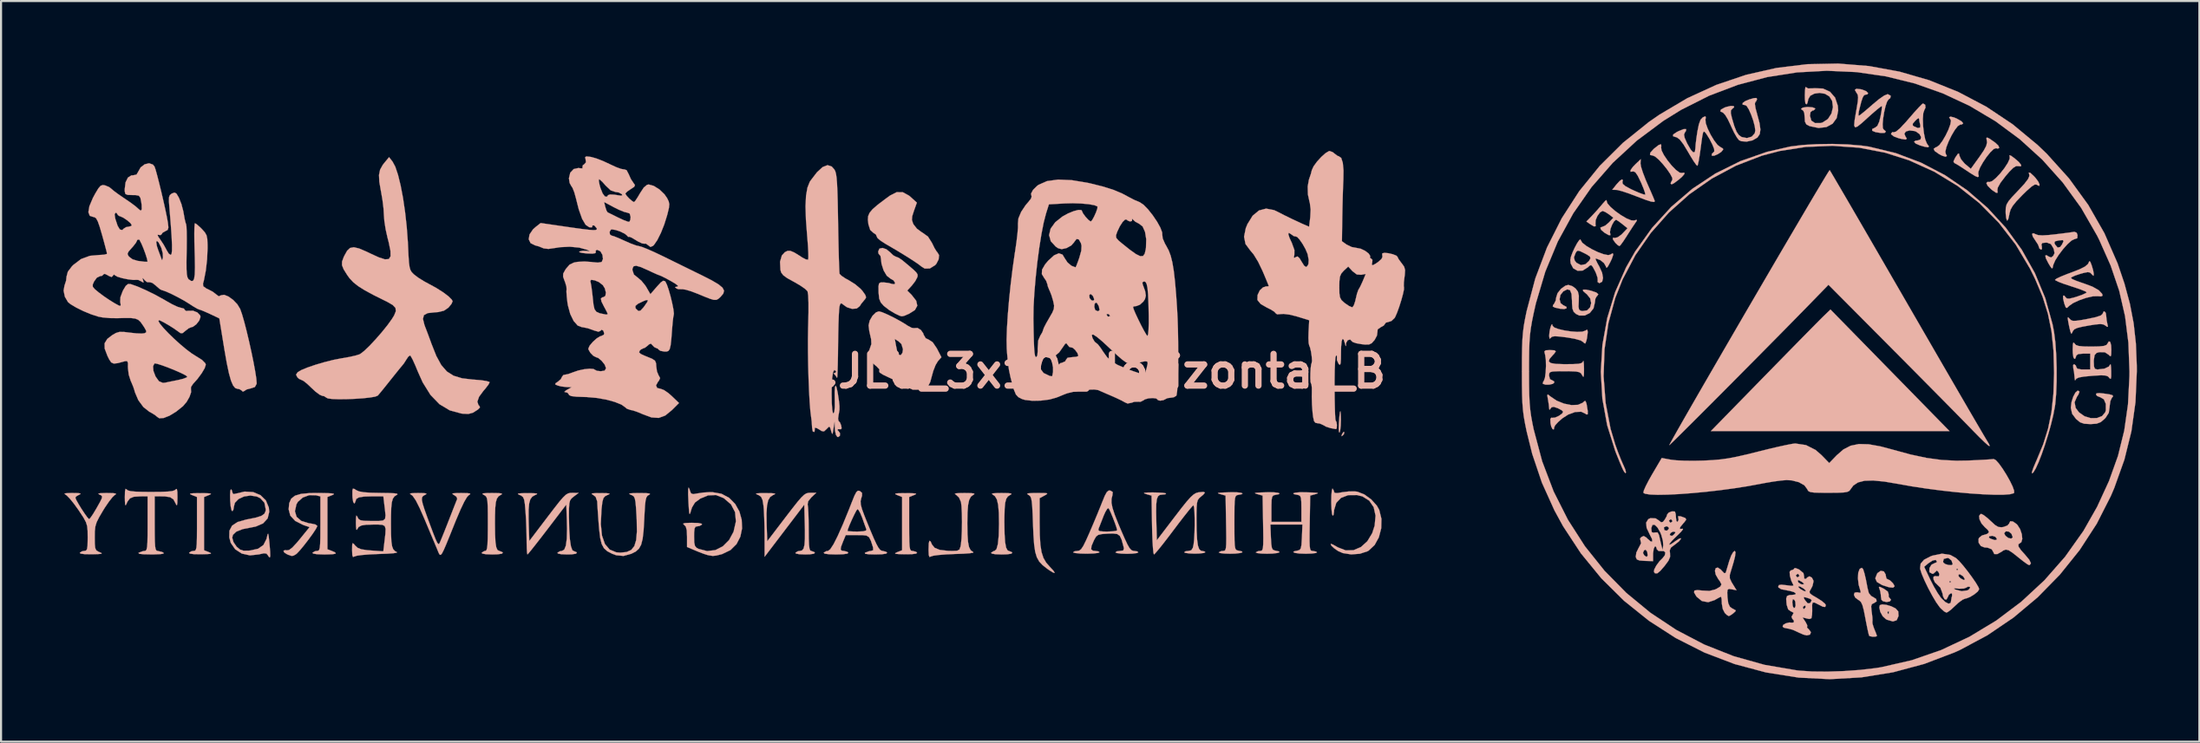
<source format=kicad_pcb>
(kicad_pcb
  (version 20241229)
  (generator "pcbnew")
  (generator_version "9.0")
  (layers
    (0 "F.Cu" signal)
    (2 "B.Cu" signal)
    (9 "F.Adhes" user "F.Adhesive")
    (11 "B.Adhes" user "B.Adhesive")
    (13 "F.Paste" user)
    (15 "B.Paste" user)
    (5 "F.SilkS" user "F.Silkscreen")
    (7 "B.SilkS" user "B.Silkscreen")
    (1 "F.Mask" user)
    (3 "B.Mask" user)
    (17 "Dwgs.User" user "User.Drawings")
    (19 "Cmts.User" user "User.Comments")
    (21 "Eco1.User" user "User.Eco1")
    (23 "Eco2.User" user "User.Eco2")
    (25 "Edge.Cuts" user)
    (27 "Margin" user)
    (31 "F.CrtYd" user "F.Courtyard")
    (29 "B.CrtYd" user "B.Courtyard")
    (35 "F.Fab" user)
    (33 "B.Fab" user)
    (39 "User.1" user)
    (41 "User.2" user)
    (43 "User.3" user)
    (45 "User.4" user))
  (footprint "CJLU_3x10_Horizontal_B"
    (layer "F.Cu")
    (at 49.591 14.791)
    (property "Reference" "CJLU_3x10_Horizontal_B" (at 0 0 0) (layer "B.SilkS") (effects (font (size 1.524 1.524) (thickness 0.3))))
    (attr through_hole)
    (fp_poly (pts (xy 11.912 3.008) (xy 11.864 3.071) (xy 11.793 3.124) (xy 11.81 3.039) (xy 11.816 3.023) (xy 11.884 2.92) (xy 11.922 2.919) (xy 11.912 3.008)) (stroke (width 0.01) (type solid)) (fill yes) (layer "B.SilkS"))
    (fp_poly (pts (xy 11.752 2.039) (xy 11.761 2.322) (xy 11.761 2.328) (xy 11.753 2.619) (xy 11.727 2.847) (xy 11.698 2.943) (xy 11.669 2.923) (xy 11.656 2.769) (xy 11.664 2.52) (xy 11.69 2.165) (xy 11.715 1.965) (xy 11.736 1.921) (xy 11.752 2.039)) (stroke (width 0.01) (type solid)) (fill yes) (layer "B.SilkS"))
    (fp_poly (pts (xy 40.994 2.879) (xy 29.528 2.879) (xy 32.071 0.275) (xy 32.622 -0.288) (xy 33.147 -0.825) (xy 33.632 -1.32) (xy 34.064 -1.759) (xy 34.427 -2.128) (xy 34.708 -2.412) (xy 34.892 -2.596) (xy 34.944 -2.647) (xy 35.274 -2.967) (xy 40.994 2.879)) (stroke (width 0.01) (type solid)) (fill yes) (layer "B.SilkS"))
    (fp_poly (pts (xy 37.796 10.431) (xy 37.841 10.454) (xy 38.027 10.587) (xy 38.069 10.71) (xy 38.068 10.713) (xy 38.072 10.847) (xy 38.104 10.882) (xy 38.185 10.984) (xy 38.121 11.065) (xy 37.97 11.091) (xy 37.797 11.054) (xy 37.723 10.986) (xy 37.695 10.804) (xy 37.694 10.753) (xy 37.665 10.568) (xy 37.632 10.469) (xy 37.6 10.371) (xy 37.644 10.36) (xy 37.796 10.431)) (stroke (width 0.01) (type solid)) (fill yes) (layer "B.SilkS"))
    (fp_poly (pts (xy 37.84 9.621) (xy 37.926 9.766) (xy 37.931 9.819) (xy 37.963 9.958) (xy 38.009 9.991) (xy 38.136 10.052) (xy 38.275 10.186) (xy 38.352 10.319) (xy 38.354 10.335) (xy 38.284 10.4) (xy 38.089 10.383) (xy 37.791 10.288) (xy 37.74 10.267) (xy 37.502 10.125) (xy 37.427 9.951) (xy 37.511 9.734) (xy 37.537 9.697) (xy 37.689 9.591) (xy 37.84 9.621)) (stroke (width 0.01) (type solid)) (fill yes) (layer "B.SilkS"))
    (fp_poly (pts (xy 37.96 11.227) (xy 38.197 11.298) (xy 38.402 11.399) (xy 38.531 11.543) (xy 38.543 11.761) (xy 38.541 11.769) (xy 38.455 11.966) (xy 38.275 12.025) (xy 37.998 11.945) (xy 37.937 11.916) (xy 37.783 11.774) (xy 37.687 11.599) (xy 38.015 11.599) (xy 38.046 11.669) (xy 38.072 11.656) (xy 38.082 11.555) (xy 38.072 11.543) (xy 38.021 11.555) (xy 38.015 11.599) (xy 37.687 11.599) (xy 37.667 11.563) (xy 37.621 11.352) (xy 37.646 11.242) (xy 37.757 11.205) (xy 37.96 11.227)) (stroke (width 0.01) (type solid)) (fill yes) (layer "B.SilkS"))
    (fp_poly (pts (xy 43.941 -10.36) (xy 44.112 -10.237) (xy 44.321 -10.056) (xy 44.429 -9.919) (xy 44.424 -9.846) (xy 44.3 -9.857) (xy 44.189 -9.858) (xy 44.054 -9.776) (xy 43.869 -9.592) (xy 43.692 -9.386) (xy 43.44 -9.057) (xy 43.309 -8.82) (xy 43.293 -8.706) (xy 43.304 -8.582) (xy 43.233 -8.575) (xy 43.064 -8.688) (xy 42.989 -8.748) (xy 42.821 -8.917) (xy 42.762 -9.044) (xy 42.819 -9.101) (xy 42.905 -9.092) (xy 43.037 -9.136) (xy 43.222 -9.287) (xy 43.431 -9.509) (xy 43.63 -9.762) (xy 43.79 -10.008) (xy 43.88 -10.208) (xy 43.883 -10.302) (xy 43.87 -10.38) (xy 43.941 -10.36)) (stroke (width 0.01) (type solid)) (fill yes) (layer "B.SilkS"))
    (fp_poly (pts (xy 41.207 -12.198) (xy 41.349 -12.138) (xy 41.569 -12.011) (xy 41.65 -11.914) (xy 41.586 -11.86) (xy 41.505 -11.853) (xy 41.39 -11.781) (xy 41.244 -11.592) (xy 41.09 -11.332) (xy 40.949 -11.043) (xy 40.842 -10.77) (xy 40.793 -10.556) (xy 40.81 -10.456) (xy 40.866 -10.343) (xy 40.798 -10.31) (xy 40.635 -10.359) (xy 40.492 -10.434) (xy 40.282 -10.582) (xy 40.229 -10.687) (xy 40.329 -10.76) (xy 40.38 -10.776) (xy 40.504 -10.87) (xy 40.653 -11.069) (xy 40.805 -11.329) (xy 40.939 -11.607) (xy 41.031 -11.858) (xy 41.062 -12.039) (xy 41.043 -12.094) (xy 40.974 -12.201) (xy 41.037 -12.237) (xy 41.207 -12.198)) (stroke (width 0.01) (type solid)) (fill yes) (layer "B.SilkS"))
    (fp_poly (pts (xy 21.923 -2.189) (xy 22.003 -2.106) (xy 22.208 -2.028) (xy 22.491 -1.962) (xy 22.807 -1.914) (xy 23.111 -1.892) (xy 23.357 -1.902) (xy 23.497 -1.949) (xy 23.589 -2) (xy 23.615 -1.916) (xy 23.614 -1.852) (xy 23.582 -1.599) (xy 23.55 -1.459) (xy 23.498 -1.332) (xy 23.438 -1.357) (xy 23.41 -1.396) (xy 23.272 -1.482) (xy 22.98 -1.562) (xy 22.62 -1.624) (xy 22.264 -1.668) (xy 22.04 -1.682) (xy 21.911 -1.663) (xy 21.843 -1.61) (xy 21.838 -1.602) (xy 21.785 -1.562) (xy 21.766 -1.677) (xy 21.767 -1.736) (xy 21.785 -1.922) (xy 21.824 -2.098) (xy 21.869 -2.225) (xy 21.907 -2.26) (xy 21.923 -2.189)) (stroke (width 0.01) (type solid)) (fill yes) (layer "B.SilkS"))
    (fp_poly (pts (xy -42.699 5.863) (xy -42.538 5.875) (xy -42.507 5.901) (xy -42.588 5.944) (xy -42.608 5.952) (xy -42.841 6.044) (xy -42.841 8.603) (xy -42.608 8.695) (xy -42.51 8.742) (xy -42.519 8.771) (xy -42.655 8.787) (xy -42.938 8.795) (xy -42.994 8.796) (xy -43.33 8.791) (xy -43.522 8.764) (xy -43.561 8.721) (xy -43.442 8.65) (xy -43.344 8.636) (xy -43.282 8.627) (xy -43.237 8.582) (xy -43.208 8.478) (xy -43.191 8.289) (xy -43.183 7.991) (xy -43.18 7.558) (xy -43.18 7.34) (xy -43.18 6.044) (xy -43.413 5.952) (xy -43.509 5.906) (xy -43.496 5.878) (xy -43.355 5.864) (xy -43.067 5.86) (xy -43.011 5.86) (xy -42.699 5.863)) (stroke (width 0.01) (type solid)) (fill yes) (layer "B.SilkS"))
    (fp_poly (pts (xy -8.832 5.863) (xy -8.671 5.875) (xy -8.64 5.901) (xy -8.721 5.944) (xy -8.742 5.952) (xy -8.975 6.044) (xy -8.975 7.34) (xy -8.973 7.834) (xy -8.968 8.184) (xy -8.955 8.414) (xy -8.931 8.549) (xy -8.893 8.615) (xy -8.838 8.635) (xy -8.81 8.636) (xy -8.648 8.675) (xy -8.594 8.721) (xy -8.642 8.766) (xy -8.845 8.792) (xy -9.16 8.796) (xy -9.467 8.789) (xy -9.624 8.774) (xy -9.651 8.748) (xy -9.567 8.704) (xy -9.546 8.695) (xy -9.313 8.603) (xy -9.313 6.044) (xy -9.546 5.952) (xy -9.642 5.906) (xy -9.629 5.878) (xy -9.489 5.864) (xy -9.201 5.86) (xy -9.144 5.86) (xy -8.832 5.863)) (stroke (width 0.01) (type solid)) (fill yes) (layer "B.SilkS"))
    (fp_poly (pts (xy 27.15 -10.802) (xy 27.14 -10.766) (xy 27.162 -10.613) (xy 27.274 -10.39) (xy 27.446 -10.135) (xy 27.648 -9.884) (xy 27.851 -9.676) (xy 28.025 -9.548) (xy 28.121 -9.529) (xy 28.255 -9.545) (xy 28.258 -9.476) (xy 28.134 -9.334) (xy 27.987 -9.207) (xy 27.767 -9.042) (xy 27.648 -8.981) (xy 27.603 -9.015) (xy 27.601 -9.042) (xy 27.654 -9.158) (xy 27.682 -9.191) (xy 27.677 -9.294) (xy 27.58 -9.48) (xy 27.42 -9.712) (xy 27.227 -9.952) (xy 27.03 -10.166) (xy 26.857 -10.315) (xy 26.744 -10.365) (xy 26.607 -10.394) (xy 26.62 -10.5) (xy 26.783 -10.681) (xy 26.818 -10.712) (xy 27.031 -10.876) (xy 27.141 -10.906) (xy 27.15 -10.802)) (stroke (width 0.01) (type solid)) (fill yes) (layer "B.SilkS"))
    (fp_poly (pts (xy 44.87 -9.537) (xy 45.029 -9.392) (xy 45.121 -9.293) (xy 45.254 -9.115) (xy 45.317 -8.976) (xy 45.304 -8.907) (xy 45.21 -8.943) (xy 45.178 -8.968) (xy 45.089 -8.972) (xy 44.933 -8.876) (xy 44.697 -8.668) (xy 44.493 -8.468) (xy 44.208 -8.17) (xy 44.026 -7.945) (xy 43.921 -7.758) (xy 43.869 -7.57) (xy 43.864 -7.532) (xy 43.821 -7.332) (xy 43.771 -7.241) (xy 43.752 -7.246) (xy 43.713 -7.363) (xy 43.69 -7.583) (xy 43.688 -7.685) (xy 43.696 -7.866) (xy 43.736 -8.017) (xy 43.829 -8.174) (xy 43.997 -8.374) (xy 44.263 -8.654) (xy 44.283 -8.675) (xy 44.585 -9.002) (xy 44.764 -9.235) (xy 44.829 -9.386) (xy 44.824 -9.428) (xy 44.8 -9.55) (xy 44.87 -9.537)) (stroke (width 0.01) (type solid)) (fill yes) (layer "B.SilkS"))
    (fp_poly (pts (xy -2.532 5.852) (xy -2.375 5.862) (xy -2.343 5.889) (xy -2.415 5.941) (xy -2.477 5.975) (xy -2.709 6.101) (xy -2.709 7.263) (xy -2.701 7.87) (xy -2.672 8.337) (xy -2.616 8.695) (xy -2.527 8.97) (xy -2.397 9.194) (xy -2.232 9.384) (xy -2.042 9.589) (xy -1.983 9.689) (xy -2.052 9.68) (xy -2.247 9.561) (xy -2.354 9.485) (xy -2.568 9.316) (xy -2.728 9.145) (xy -2.842 8.942) (xy -2.921 8.68) (xy -2.972 8.329) (xy -3.006 7.861) (xy -3.026 7.361) (xy -3.045 6.857) (xy -3.064 6.495) (xy -3.087 6.25) (xy -3.118 6.096) (xy -3.161 6.007) (xy -3.221 5.956) (xy -3.251 5.94) (xy -3.311 5.894) (xy -3.249 5.867) (xy -3.048 5.854) (xy -2.836 5.851) (xy -2.532 5.852)) (stroke (width 0.01) (type solid)) (fill yes) (layer "B.SilkS"))
    (fp_poly (pts (xy 48.496 -2.807) (xy 48.515 -2.688) (xy 48.539 -2.451) (xy 48.572 -2.286) (xy 48.601 -2.143) (xy 48.556 -2.138) (xy 48.485 -2.192) (xy 48.382 -2.25) (xy 48.235 -2.268) (xy 48 -2.247) (xy 47.717 -2.203) (xy 47.353 -2.136) (xy 47.121 -2.078) (xy 46.988 -2.015) (xy 46.917 -1.932) (xy 46.889 -1.863) (xy 46.847 -1.798) (xy 46.802 -1.891) (xy 46.798 -1.905) (xy 46.749 -2.106) (xy 46.698 -2.36) (xy 46.696 -2.371) (xy 46.669 -2.556) (xy 46.688 -2.597) (xy 46.76 -2.522) (xy 46.828 -2.455) (xy 46.919 -2.422) (xy 47.072 -2.424) (xy 47.323 -2.46) (xy 47.611 -2.512) (xy 48.016 -2.598) (xy 48.258 -2.679) (xy 48.344 -2.757) (xy 48.345 -2.763) (xy 48.394 -2.868) (xy 48.429 -2.879) (xy 48.496 -2.807)) (stroke (width 0.01) (type solid)) (fill yes) (layer "B.SilkS"))
    (fp_poly (pts (xy -4.23 5.858) (xy -4.08 5.874) (xy -4.062 5.907) (xy -4.12 5.942) (xy -4.234 6.017) (xy -4.312 6.132) (xy -4.362 6.316) (xy -4.389 6.598) (xy -4.4 7.007) (xy -4.402 7.25) (xy -4.393 7.812) (xy -4.366 8.218) (xy -4.317 8.481) (xy -4.244 8.614) (xy -4.185 8.636) (xy -4.046 8.692) (xy -4.022 8.721) (xy -4.068 8.769) (xy -4.267 8.798) (xy -4.53 8.805) (xy -4.841 8.794) (xy -5.012 8.761) (xy -5.038 8.721) (xy -4.914 8.641) (xy -4.874 8.636) (xy -4.781 8.553) (xy -4.714 8.306) (xy -4.673 7.899) (xy -4.659 7.336) (xy -4.659 7.324) (xy -4.668 6.799) (xy -4.701 6.42) (xy -4.761 6.163) (xy -4.853 6.006) (xy -4.942 5.941) (xy -5.004 5.895) (xy -4.947 5.868) (xy -4.751 5.856) (xy -4.53 5.853) (xy -4.23 5.858)) (stroke (width 0.01) (type solid)) (fill yes) (layer "B.SilkS"))
    (fp_poly (pts (xy 42.907 -11.181) (xy 43.122 -11.033) (xy 43.198 -10.977) (xy 43.341 -10.84) (xy 43.381 -10.735) (xy 43.312 -10.698) (xy 43.228 -10.72) (xy 43.117 -10.68) (xy 42.958 -10.529) (xy 42.777 -10.304) (xy 42.603 -10.046) (xy 42.461 -9.794) (xy 42.38 -9.586) (xy 42.375 -9.484) (xy 42.398 -9.365) (xy 42.353 -9.33) (xy 42.221 -9.382) (xy 41.983 -9.529) (xy 41.808 -9.646) (xy 41.55 -9.816) (xy 41.34 -9.946) (xy 41.224 -10.008) (xy 41.182 -10.082) (xy 41.259 -10.251) (xy 41.283 -10.289) (xy 41.392 -10.445) (xy 41.443 -10.467) (xy 41.469 -10.367) (xy 41.471 -10.351) (xy 41.551 -10.178) (xy 41.715 -9.985) (xy 41.757 -9.948) (xy 42.016 -9.729) (xy 42.427 -10.299) (xy 42.641 -10.613) (xy 42.758 -10.834) (xy 42.794 -10.997) (xy 42.784 -11.077) (xy 42.763 -11.197) (xy 42.796 -11.234) (xy 42.907 -11.181)) (stroke (width 0.01) (type solid)) (fill yes) (layer "B.SilkS"))
    (fp_poly (pts (xy -28.698 5.858) (xy -28.549 5.874) (xy -28.531 5.907) (xy -28.589 5.942) (xy -28.699 6.014) (xy -28.777 6.123) (xy -28.827 6.298) (xy -28.855 6.566) (xy -28.867 6.955) (xy -28.869 7.324) (xy -28.863 7.843) (xy -28.844 8.213) (xy -28.807 8.455) (xy -28.749 8.589) (xy -28.668 8.635) (xy -28.655 8.636) (xy -28.515 8.692) (xy -28.49 8.721) (xy -28.537 8.769) (xy -28.736 8.798) (xy -28.998 8.805) (xy -29.31 8.794) (xy -29.481 8.761) (xy -29.506 8.721) (xy -29.384 8.643) (xy -29.332 8.636) (xy -29.284 8.61) (xy -29.251 8.516) (xy -29.228 8.333) (xy -29.216 8.036) (xy -29.211 7.605) (xy -29.21 7.337) (xy -29.211 6.841) (xy -29.216 6.489) (xy -29.23 6.252) (xy -29.255 6.104) (xy -29.295 6.019) (xy -29.355 5.969) (xy -29.401 5.945) (xy -29.473 5.898) (xy -29.433 5.869) (xy -29.259 5.856) (xy -28.998 5.853) (xy -28.698 5.858)) (stroke (width 0.01) (type solid)) (fill yes) (layer "B.SilkS"))
    (fp_poly (pts (xy 6.75 5.818) (xy 6.951 5.839) (xy 7.039 5.871) (xy 6.994 5.91) (xy 6.837 5.942) (xy 6.765 5.957) (xy 6.714 5.997) (xy 6.68 6.085) (xy 6.66 6.249) (xy 6.65 6.512) (xy 6.647 6.901) (xy 6.646 7.281) (xy 6.647 7.778) (xy 6.652 8.131) (xy 6.664 8.366) (xy 6.687 8.507) (xy 6.725 8.58) (xy 6.782 8.611) (xy 6.837 8.621) (xy 7.009 8.66) (xy 7.03 8.702) (xy 6.919 8.738) (xy 6.692 8.763) (xy 6.44 8.77) (xy 6.157 8.762) (xy 5.962 8.739) (xy 5.894 8.706) (xy 5.895 8.703) (xy 6.004 8.647) (xy 6.103 8.636) (xy 6.166 8.628) (xy 6.21 8.588) (xy 6.238 8.49) (xy 6.252 8.311) (xy 6.256 8.026) (xy 6.251 7.611) (xy 6.246 7.306) (xy 6.223 5.976) (xy 6.011 5.918) (xy 5.885 5.879) (xy 5.854 5.854) (xy 5.937 5.838) (xy 6.154 5.826) (xy 6.456 5.817) (xy 6.75 5.818)) (stroke (width 0.01) (type solid)) (fill yes) (layer "B.SilkS"))
    (fp_poly (pts (xy 26.15 -9.986) (xy 26.178 -9.822) (xy 26.264 -9.55) (xy 26.393 -9.214) (xy 26.488 -8.992) (xy 26.635 -8.659) (xy 26.752 -8.388) (xy 26.824 -8.213) (xy 26.839 -8.167) (xy 26.795 -8.134) (xy 26.652 -8.156) (xy 26.393 -8.239) (xy 26.001 -8.388) (xy 25.908 -8.424) (xy 25.564 -8.553) (xy 25.261 -8.653) (xy 25.044 -8.709) (xy 24.991 -8.715) (xy 24.794 -8.721) (xy 24.991 -8.97) (xy 25.152 -9.146) (xy 25.264 -9.22) (xy 25.304 -9.182) (xy 25.283 -9.097) (xy 25.298 -9.004) (xy 25.426 -8.894) (xy 25.689 -8.752) (xy 25.786 -8.706) (xy 26.061 -8.585) (xy 26.272 -8.506) (xy 26.376 -8.485) (xy 26.38 -8.487) (xy 26.367 -8.578) (xy 26.297 -8.78) (xy 26.184 -9.053) (xy 26.168 -9.088) (xy 26.019 -9.394) (xy 25.905 -9.56) (xy 25.811 -9.605) (xy 25.785 -9.6) (xy 25.671 -9.586) (xy 25.675 -9.668) (xy 25.789 -9.826) (xy 25.908 -9.949) (xy 26.163 -10.192) (xy 26.15 -9.986)) (stroke (width 0.01) (type solid)) (fill yes) (layer "B.SilkS"))
    (fp_poly (pts (xy 21.792 1.184) (xy 21.811 1.202) (xy 22.123 1.414) (xy 22.479 1.557) (xy 22.835 1.627) (xy 23.15 1.614) (xy 23.38 1.512) (xy 23.421 1.47) (xy 23.492 1.419) (xy 23.542 1.503) (xy 23.569 1.618) (xy 23.618 1.92) (xy 23.614 2.071) (xy 23.554 2.078) (xy 23.52 2.049) (xy 23.305 1.946) (xy 23.012 1.959) (xy 22.68 2.081) (xy 22.408 2.255) (xy 22.196 2.439) (xy 22.052 2.598) (xy 22.013 2.678) (xy 21.988 2.796) (xy 21.929 2.782) (xy 21.866 2.665) (xy 21.828 2.495) (xy 21.82 2.296) (xy 21.866 2.232) (xy 21.907 2.24) (xy 22.046 2.228) (xy 22.228 2.147) (xy 22.382 2.037) (xy 22.437 1.948) (xy 22.367 1.875) (xy 22.196 1.784) (xy 22.175 1.775) (xy 21.984 1.711) (xy 21.881 1.733) (xy 21.837 1.786) (xy 21.776 1.856) (xy 21.761 1.767) (xy 21.744 1.591) (xy 21.706 1.353) (xy 21.704 1.344) (xy 21.673 1.158) (xy 21.696 1.113) (xy 21.792 1.184)) (stroke (width 0.01) (type solid)) (fill yes) (layer "B.SilkS"))
    (fp_poly (pts (xy 47.237 0.982) (xy 47.177 1.133) (xy 47.114 1.223) (xy 46.999 1.491) (xy 47.052 1.764) (xy 47.211 1.976) (xy 47.479 2.164) (xy 47.779 2.254) (xy 48.072 2.25) (xy 48.316 2.156) (xy 48.471 1.975) (xy 48.5 1.872) (xy 48.498 1.566) (xy 48.405 1.348) (xy 48.245 1.255) (xy 48.084 1.19) (xy 48.027 1.123) (xy 48.05 1.063) (xy 48.191 1.05) (xy 48.401 1.071) (xy 48.684 1.113) (xy 48.823 1.154) (xy 48.847 1.208) (xy 48.784 1.288) (xy 48.718 1.434) (xy 48.685 1.665) (xy 48.683 1.717) (xy 48.641 2.001) (xy 48.488 2.238) (xy 48.436 2.293) (xy 48.252 2.447) (xy 48.058 2.52) (xy 47.779 2.54) (xy 47.752 2.54) (xy 47.463 2.523) (xy 47.266 2.455) (xy 47.084 2.308) (xy 47.068 2.293) (xy 46.881 2.043) (xy 46.821 1.767) (xy 46.821 1.738) (xy 46.852 1.484) (xy 46.932 1.229) (xy 47.038 1.028) (xy 47.147 0.933) (xy 47.162 0.931) (xy 47.237 0.982)) (stroke (width 0.01) (type solid)) (fill yes) (layer "B.SilkS"))
    (fp_poly (pts (xy -9.278 -8.602) (xy -8.976 -8.436) (xy -8.896 -8.367) (xy -8.605 -8.103) (xy -8.747 -7.704) (xy -8.828 -7.448) (xy -8.842 -7.276) (xy -8.793 -7.116) (xy -8.764 -7.056) (xy -8.604 -6.852) (xy -8.372 -6.68) (xy -8.337 -6.662) (xy -8.071 -6.47) (xy -7.877 -6.164) (xy -7.866 -6.141) (xy -7.753 -5.909) (xy -7.652 -5.749) (xy -7.618 -5.714) (xy -7.539 -5.578) (xy -7.56 -5.375) (xy -7.667 -5.166) (xy -7.731 -5.095) (xy -7.985 -4.938) (xy -8.229 -4.935) (xy -8.385 -5.032) (xy -8.531 -5.146) (xy -8.794 -5.324) (xy -9.141 -5.544) (xy -9.541 -5.789) (xy -9.963 -6.037) (xy -10.088 -6.108) (xy -10.327 -6.26) (xy -10.487 -6.391) (xy -10.531 -6.471) (xy -10.571 -6.57) (xy -10.687 -6.647) (xy -10.844 -6.787) (xy -10.93 -7.054) (xy -10.932 -7.067) (xy -10.957 -7.28) (xy -10.944 -7.456) (xy -10.874 -7.618) (xy -10.729 -7.79) (xy -10.491 -7.997) (xy -10.141 -8.262) (xy -9.89 -8.445) (xy -9.575 -8.605) (xy -9.278 -8.602)) (stroke (width 0.01) (type solid)) (fill yes) (layer "B.SilkS"))
    (fp_poly (pts (xy -6.008 5.858) (xy -5.858 5.875) (xy -5.841 5.907) (xy -5.897 5.941) (xy -6.012 6.031) (xy -6.093 6.185) (xy -6.145 6.43) (xy -6.172 6.792) (xy -6.181 7.295) (xy -6.181 7.324) (xy -6.173 7.835) (xy -6.148 8.201) (xy -6.099 8.449) (xy -6.022 8.601) (xy -5.911 8.683) (xy -5.896 8.689) (xy -5.895 8.719) (xy -6.05 8.746) (xy -6.349 8.768) (xy -6.768 8.783) (xy -7.194 8.802) (xy -7.554 8.83) (xy -7.811 8.865) (xy -7.932 8.903) (xy -7.998 8.927) (xy -8.032 8.839) (xy -8.043 8.613) (xy -8.043 8.562) (xy -8.033 8.272) (xy -8.001 8.147) (xy -7.944 8.183) (xy -7.879 8.328) (xy -7.752 8.486) (xy -7.505 8.586) (xy -7.121 8.631) (xy -6.901 8.636) (xy -6.674 8.627) (xy -6.561 8.571) (xy -6.508 8.427) (xy -6.489 8.319) (xy -6.46 8.041) (xy -6.443 7.663) (xy -6.437 7.24) (xy -6.443 6.829) (xy -6.461 6.484) (xy -6.486 6.285) (xy -6.581 6.069) (xy -6.719 5.941) (xy -6.782 5.895) (xy -6.727 5.868) (xy -6.533 5.856) (xy -6.308 5.853) (xy -6.008 5.858)) (stroke (width 0.01) (type solid)) (fill yes) (layer "B.SilkS"))
    (fp_poly (pts (xy 36.842 9.509) (xy 36.906 9.709) (xy 36.978 10.015) (xy 37.042 10.348) (xy 37.05 10.399) (xy 37.117 10.661) (xy 37.23 10.802) (xy 37.308 10.842) (xy 37.472 10.947) (xy 37.491 11.061) (xy 37.361 11.146) (xy 37.352 11.148) (xy 37.261 11.195) (xy 37.23 11.304) (xy 37.249 11.521) (xy 37.258 11.584) (xy 37.288 11.829) (xy 37.294 11.998) (xy 37.287 12.035) (xy 37.296 12.141) (xy 37.358 12.335) (xy 37.381 12.392) (xy 37.462 12.592) (xy 37.505 12.711) (xy 37.507 12.722) (xy 37.439 12.756) (xy 37.295 12.758) (xy 37.165 12.732) (xy 37.132 12.71) (xy 37.101 12.603) (xy 37.049 12.37) (xy 36.985 12.052) (xy 36.949 11.861) (xy 36.875 11.483) (xy 36.809 11.238) (xy 36.739 11.091) (xy 36.65 11.009) (xy 36.606 10.986) (xy 36.46 10.873) (xy 36.401 10.741) (xy 36.434 10.641) (xy 36.56 10.622) (xy 36.589 10.63) (xy 36.717 10.652) (xy 36.723 10.576) (xy 36.706 10.53) (xy 36.626 10.251) (xy 36.594 9.949) (xy 36.609 9.682) (xy 36.674 9.509) (xy 36.689 9.494) (xy 36.779 9.446) (xy 36.842 9.509)) (stroke (width 0.01) (type solid)) (fill yes) (layer "B.SilkS"))
    (fp_poly (pts (xy 22.017 -1.006) (xy 22.083 -0.957) (xy 22.007 -0.843) (xy 21.929 -0.762) (xy 21.78 -0.589) (xy 21.748 -0.469) (xy 21.843 -0.393) (xy 22.079 -0.353) (xy 22.468 -0.339) (xy 22.557 -0.339) (xy 22.936 -0.343) (xy 23.178 -0.358) (xy 23.315 -0.391) (xy 23.379 -0.447) (xy 23.394 -0.487) (xy 23.415 -0.49) (xy 23.43 -0.354) (xy 23.437 -0.127) (xy 23.435 0.142) (xy 23.419 0.262) (xy 23.384 0.253) (xy 23.349 0.191) (xy 23.292 0.099) (xy 23.204 0.043) (xy 23.047 0.013) (xy 22.786 0.002) (xy 22.508 0) (xy 22.151 0.002) (xy 21.931 0.013) (xy 21.814 0.044) (xy 21.768 0.102) (xy 21.759 0.199) (xy 21.759 0.212) (xy 21.803 0.382) (xy 21.886 0.423) (xy 21.999 0.485) (xy 22.013 0.538) (xy 21.942 0.605) (xy 21.776 0.643) (xy 21.591 0.646) (xy 21.461 0.604) (xy 21.457 0.6) (xy 21.471 0.516) (xy 21.508 0.463) (xy 21.561 0.315) (xy 21.596 0.058) (xy 21.611 -0.251) (xy 21.604 -0.551) (xy 21.572 -0.785) (xy 21.56 -0.826) (xy 21.533 -0.952) (xy 21.597 -1.005) (xy 21.791 -1.016) (xy 21.796 -1.016) (xy 22.017 -1.006)) (stroke (width 0.01) (type solid)) (fill yes) (layer "B.SilkS"))
    (fp_poly (pts (xy 31.75 -13.076) (xy 31.696 -12.957) (xy 31.667 -12.94) (xy 31.644 -12.849) (xy 31.678 -12.631) (xy 31.751 -12.361) (xy 31.867 -11.928) (xy 31.91 -11.617) (xy 31.879 -11.398) (xy 31.774 -11.241) (xy 31.761 -11.228) (xy 31.529 -11.095) (xy 31.247 -11.035) (xy 30.989 -11.055) (xy 30.882 -11.106) (xy 30.779 -11.237) (xy 30.642 -11.476) (xy 30.501 -11.776) (xy 30.486 -11.811) (xy 30.35 -12.099) (xy 30.218 -12.318) (xy 30.116 -12.427) (xy 30.104 -12.431) (xy 29.982 -12.491) (xy 30.015 -12.576) (xy 30.194 -12.673) (xy 30.274 -12.702) (xy 30.489 -12.751) (xy 30.625 -12.744) (xy 30.65 -12.69) (xy 30.565 -12.615) (xy 30.494 -12.538) (xy 30.489 -12.4) (xy 30.54 -12.175) (xy 30.658 -11.774) (xy 30.766 -11.507) (xy 30.88 -11.344) (xy 31.01 -11.255) (xy 31.264 -11.206) (xy 31.49 -11.273) (xy 31.636 -11.433) (xy 31.665 -11.567) (xy 31.636 -11.786) (xy 31.562 -12.061) (xy 31.46 -12.344) (xy 31.35 -12.589) (xy 31.248 -12.749) (xy 31.193 -12.785) (xy 31.054 -12.814) (xy 31.056 -12.888) (xy 31.184 -12.983) (xy 31.37 -13.06) (xy 31.607 -13.128) (xy 31.722 -13.13) (xy 31.75 -13.076)) (stroke (width 0.01) (type solid)) (fill yes) (layer "B.SilkS"))
    (fp_poly (pts (xy 11.426 5.753) (xy 11.43 5.79) (xy 11.468 5.849) (xy 11.606 5.854) (xy 11.835 5.814) (xy 12.154 5.776) (xy 12.468 5.779) (xy 12.556 5.791) (xy 12.888 5.921) (xy 13.218 6.161) (xy 13.488 6.461) (xy 13.602 6.663) (xy 13.708 7.093) (xy 13.698 7.547) (xy 13.584 7.982) (xy 13.379 8.354) (xy 13.094 8.62) (xy 13.04 8.651) (xy 12.672 8.772) (xy 12.253 8.802) (xy 11.856 8.74) (xy 11.63 8.643) (xy 11.437 8.508) (xy 11.307 8.386) (xy 11.269 8.309) (xy 11.296 8.297) (xy 11.391 8.337) (xy 11.569 8.437) (xy 11.618 8.466) (xy 11.995 8.61) (xy 12.371 8.599) (xy 12.724 8.448) (xy 13.029 8.172) (xy 13.265 7.783) (xy 13.382 7.422) (xy 13.426 6.941) (xy 13.336 6.534) (xy 13.123 6.22) (xy 12.796 6.015) (xy 12.536 5.951) (xy 12.109 5.955) (xy 11.771 6.084) (xy 11.54 6.324) (xy 11.436 6.663) (xy 11.431 6.752) (xy 11.406 6.901) (xy 11.367 6.942) (xy 11.336 6.864) (xy 11.313 6.657) (xy 11.3 6.361) (xy 11.299 6.271) (xy 11.305 5.964) (xy 11.324 5.743) (xy 11.353 5.642) (xy 11.363 5.641) (xy 11.426 5.753)) (stroke (width 0.01) (type solid)) (fill yes) (layer "B.SilkS"))
    (fp_poly (pts (xy 34.201 -13.591) (xy 34.456 -13.596) (xy 34.494 -13.601) (xy 34.912 -13.587) (xy 35.253 -13.431) (xy 35.497 -13.15) (xy 35.627 -12.76) (xy 35.645 -12.528) (xy 35.574 -12.167) (xy 35.378 -11.898) (xy 35.081 -11.735) (xy 34.707 -11.69) (xy 34.282 -11.778) (xy 34.269 -11.782) (xy 34.114 -11.865) (xy 34.048 -11.999) (xy 34.036 -12.199) (xy 34.017 -12.409) (xy 33.969 -12.523) (xy 33.951 -12.531) (xy 33.869 -12.595) (xy 33.867 -12.615) (xy 33.942 -12.668) (xy 34.129 -12.698) (xy 34.205 -12.7) (xy 34.417 -12.681) (xy 34.535 -12.634) (xy 34.544 -12.615) (xy 34.475 -12.54) (xy 34.417 -12.531) (xy 34.317 -12.456) (xy 34.29 -12.274) (xy 34.356 -12.045) (xy 34.535 -11.926) (xy 34.802 -11.928) (xy 34.898 -11.956) (xy 35.152 -12.122) (xy 35.321 -12.385) (xy 35.394 -12.691) (xy 35.355 -12.992) (xy 35.221 -13.208) (xy 35.011 -13.334) (xy 34.754 -13.376) (xy 34.502 -13.341) (xy 34.303 -13.238) (xy 34.208 -13.074) (xy 34.205 -13.041) (xy 34.166 -12.88) (xy 34.121 -12.827) (xy 34.071 -12.871) (xy 34.046 -13.066) (xy 34.043 -13.267) (xy 34.052 -13.509) (xy 34.071 -13.647) (xy 34.091 -13.655) (xy 34.201 -13.591)) (stroke (width 0.01) (type solid)) (fill yes) (layer "B.SilkS"))
    (fp_poly (pts (xy -10.067 -5.862) (xy -9.89 -5.715) (xy -9.736 -5.569) (xy -9.613 -5.504) (xy -9.608 -5.503) (xy -9.478 -5.453) (xy -9.306 -5.335) (xy -8.978 -5.062) (xy -8.76 -4.874) (xy -8.632 -4.747) (xy -8.575 -4.659) (xy -8.567 -4.586) (xy -8.586 -4.513) (xy -8.681 -4.331) (xy -8.838 -4.126) (xy -8.854 -4.108) (xy -9.066 -3.878) (xy -8.854 -3.666) (xy -8.637 -3.388) (xy -8.584 -3.149) (xy -8.697 -2.943) (xy -8.977 -2.764) (xy -9.035 -2.739) (xy -9.217 -2.662) (xy -9.329 -2.639) (xy -9.445 -2.672) (xy -9.639 -2.766) (xy -9.652 -2.772) (xy -9.927 -2.935) (xy -10.182 -3.132) (xy -10.19 -3.138) (xy -10.338 -3.304) (xy -10.414 -3.489) (xy -10.442 -3.763) (xy -10.444 -3.818) (xy -10.447 -4.081) (xy -10.423 -4.216) (xy -10.35 -4.265) (xy -10.205 -4.269) (xy -10.202 -4.269) (xy -9.965 -4.242) (xy -9.8 -4.196) (xy -9.677 -4.181) (xy -9.652 -4.25) (xy -9.723 -4.364) (xy -9.872 -4.45) (xy -10.051 -4.591) (xy -10.203 -4.848) (xy -10.303 -5.164) (xy -10.328 -5.397) (xy -10.354 -5.546) (xy -10.396 -5.588) (xy -10.45 -5.659) (xy -10.462 -5.757) (xy -10.403 -5.892) (xy -10.256 -5.926) (xy -10.067 -5.862)) (stroke (width 0.01) (type solid)) (fill yes) (layer "B.SilkS"))
    (fp_poly (pts (xy 22.872 -4.091) (xy 23.036 -3.972) (xy 23.145 -3.825) (xy 23.189 -3.633) (xy 23.185 -3.358) (xy 23.174 -3.101) (xy 23.199 -2.966) (xy 23.275 -2.909) (xy 23.363 -2.892) (xy 23.586 -2.925) (xy 23.729 -3.068) (xy 23.782 -3.275) (xy 23.734 -3.501) (xy 23.574 -3.7) (xy 23.559 -3.711) (xy 23.397 -3.851) (xy 23.389 -3.922) (xy 23.535 -3.923) (xy 23.771 -3.871) (xy 24.028 -3.784) (xy 24.124 -3.701) (xy 24.067 -3.612) (xy 24.045 -3.598) (xy 23.983 -3.483) (xy 23.961 -3.306) (xy 23.893 -3.02) (xy 23.719 -2.802) (xy 23.479 -2.679) (xy 23.217 -2.676) (xy 23.05 -2.754) (xy 22.939 -2.86) (xy 22.881 -3.011) (xy 22.861 -3.26) (xy 22.86 -3.382) (xy 22.837 -3.719) (xy 22.764 -3.9) (xy 22.632 -3.934) (xy 22.446 -3.841) (xy 22.308 -3.671) (xy 22.264 -3.461) (xy 22.314 -3.273) (xy 22.437 -3.175) (xy 22.593 -3.096) (xy 22.602 -3.026) (xy 22.484 -2.989) (xy 22.288 -3.004) (xy 22.041 -3.058) (xy 21.937 -3.112) (xy 21.953 -3.185) (xy 21.998 -3.236) (xy 22.078 -3.396) (xy 22.098 -3.534) (xy 22.166 -3.75) (xy 22.333 -3.961) (xy 22.542 -4.111) (xy 22.687 -4.149) (xy 22.872 -4.091)) (stroke (width 0.01) (type solid)) (fill yes) (layer "B.SilkS"))
    (fp_poly (pts (xy 39.825 -12.806) (xy 39.839 -12.666) (xy 39.789 -12.567) (xy 39.732 -12.402) (xy 39.712 -12.125) (xy 39.723 -11.788) (xy 39.763 -11.444) (xy 39.825 -11.144) (xy 39.906 -10.942) (xy 39.926 -10.916) (xy 40.005 -10.802) (xy 39.962 -10.761) (xy 39.785 -10.791) (xy 39.56 -10.858) (xy 39.36 -10.947) (xy 39.291 -11.03) (xy 39.363 -11.083) (xy 39.461 -11.091) (xy 39.601 -11.139) (xy 39.627 -11.254) (xy 39.554 -11.393) (xy 39.396 -11.511) (xy 39.308 -11.545) (xy 39.071 -11.572) (xy 38.897 -11.522) (xy 38.824 -11.416) (xy 38.873 -11.29) (xy 38.941 -11.177) (xy 38.887 -11.135) (xy 38.696 -11.162) (xy 38.544 -11.2) (xy 38.317 -11.285) (xy 38.194 -11.383) (xy 38.185 -11.414) (xy 38.242 -11.494) (xy 38.313 -11.484) (xy 38.428 -11.519) (xy 38.624 -11.685) (xy 38.745 -11.815) (xy 39.227 -11.815) (xy 39.285 -11.767) (xy 39.467 -11.69) (xy 39.582 -11.71) (xy 39.591 -11.818) (xy 39.544 -12.023) (xy 39.539 -12.091) (xy 39.519 -12.166) (xy 39.437 -12.123) (xy 39.349 -12.039) (xy 39.228 -11.898) (xy 39.227 -11.815) (xy 38.745 -11.815) (xy 38.905 -11.986) (xy 39.048 -12.152) (xy 39.298 -12.44) (xy 39.51 -12.673) (xy 39.659 -12.825) (xy 39.719 -12.869) (xy 39.825 -12.806)) (stroke (width 0.01) (type solid)) (fill yes) (layer "B.SilkS"))
    (fp_poly (pts (xy -46.568 5.673) (xy -46.503 5.727) (xy -46.368 5.763) (xy -46.139 5.786) (xy -45.789 5.797) (xy -45.381 5.8) (xy -44.909 5.796) (xy -44.58 5.783) (xy -44.367 5.759) (xy -44.246 5.719) (xy -44.194 5.673) (xy -44.148 5.656) (xy -44.123 5.794) (xy -44.118 6.054) (xy -44.124 6.321) (xy -44.141 6.437) (xy -44.174 6.421) (xy -44.206 6.352) (xy -44.313 6.157) (xy -44.469 6.053) (xy -44.723 6.015) (xy -44.852 6.013) (xy -45.212 6.011) (xy -45.212 7.324) (xy -45.21 7.823) (xy -45.204 8.178) (xy -45.19 8.412) (xy -45.166 8.551) (xy -45.128 8.617) (xy -45.075 8.637) (xy -45.064 8.637) (xy -44.861 8.684) (xy -44.789 8.721) (xy -44.785 8.763) (xy -44.935 8.79) (xy -45.245 8.802) (xy -45.381 8.803) (xy -45.745 8.796) (xy -45.946 8.774) (xy -45.992 8.736) (xy -45.974 8.721) (xy -45.778 8.647) (xy -45.699 8.637) (xy -45.642 8.623) (xy -45.602 8.566) (xy -45.576 8.442) (xy -45.56 8.225) (xy -45.553 7.892) (xy -45.551 7.418) (xy -45.551 7.324) (xy -45.551 6.011) (xy -45.91 6.013) (xy -46.214 6.033) (xy -46.4 6.11) (xy -46.52 6.268) (xy -46.557 6.352) (xy -46.603 6.442) (xy -46.629 6.41) (xy -46.642 6.239) (xy -46.645 6.054) (xy -46.638 5.772) (xy -46.611 5.651) (xy -46.568 5.673)) (stroke (width 0.01) (type solid)) (fill yes) (layer "B.SilkS"))
    (fp_poly (pts (xy 47.1 -6.656) (xy 47.142 -6.54) (xy 47.128 -6.392) (xy 47 -6.35) (xy 46.996 -6.35) (xy 46.856 -6.283) (xy 46.661 -6.109) (xy 46.445 -5.867) (xy 46.238 -5.595) (xy 46.072 -5.332) (xy 45.979 -5.118) (xy 45.973 -5.094) (xy 45.943 -4.963) (xy 45.903 -4.944) (xy 45.825 -5.05) (xy 45.737 -5.197) (xy 45.619 -5.43) (xy 45.593 -5.561) (xy 45.657 -5.576) (xy 45.749 -5.514) (xy 45.873 -5.466) (xy 45.973 -5.545) (xy 46.036 -5.675) (xy 46.004 -5.85) (xy 45.974 -5.927) (xy 45.859 -6.113) (xy 45.716 -6.168) (xy 46.029 -6.168) (xy 46.064 -6.087) (xy 46.186 -5.944) (xy 46.308 -5.971) (xy 46.394 -6.09) (xy 46.468 -6.246) (xy 46.436 -6.302) (xy 46.27 -6.29) (xy 46.23 -6.284) (xy 46.061 -6.243) (xy 46.029 -6.168) (xy 45.716 -6.168) (xy 45.689 -6.178) (xy 45.619 -6.181) (xy 45.448 -6.163) (xy 45.406 -6.088) (xy 45.424 -6.011) (xy 45.432 -5.875) (xy 45.387 -5.842) (xy 45.302 -5.909) (xy 45.295 -5.948) (xy 45.245 -6.085) (xy 45.127 -6.265) (xy 44.994 -6.469) (xy 44.958 -6.6) (xy 45.02 -6.634) (xy 45.121 -6.588) (xy 45.249 -6.542) (xy 45.454 -6.528) (xy 45.768 -6.547) (xy 46.073 -6.58) (xy 46.433 -6.624) (xy 46.736 -6.663) (xy 46.939 -6.693) (xy 46.988 -6.702) (xy 47.1 -6.656)) (stroke (width 0.01) (type solid)) (fill yes) (layer "B.SilkS"))
    (fp_poly (pts (xy 36.732 -13.551) (xy 36.809 -13.532) (xy 36.995 -13.455) (xy 37.082 -13.369) (xy 37.05 -13.306) (xy 36.96 -13.293) (xy 36.889 -13.264) (xy 36.825 -13.161) (xy 36.755 -12.955) (xy 36.67 -12.619) (xy 36.635 -12.467) (xy 36.619 -12.32) (xy 36.638 -12.277) (xy 36.717 -12.329) (xy 36.892 -12.47) (xy 37.133 -12.675) (xy 37.286 -12.81) (xy 37.604 -13.074) (xy 37.854 -13.247) (xy 38.015 -13.313) (xy 38.036 -13.312) (xy 38.17 -13.237) (xy 38.146 -13.126) (xy 38.066 -13.064) (xy 37.991 -12.952) (xy 37.917 -12.73) (xy 37.852 -12.445) (xy 37.804 -12.144) (xy 37.781 -11.875) (xy 37.791 -11.684) (xy 37.827 -11.62) (xy 37.924 -11.537) (xy 37.931 -11.508) (xy 37.871 -11.451) (xy 37.681 -11.452) (xy 37.444 -11.49) (xy 37.282 -11.555) (xy 37.277 -11.639) (xy 37.415 -11.706) (xy 37.527 -11.79) (xy 37.617 -11.991) (xy 37.676 -12.231) (xy 37.725 -12.495) (xy 37.748 -12.683) (xy 37.744 -12.745) (xy 37.673 -12.705) (xy 37.505 -12.572) (xy 37.268 -12.368) (xy 37.06 -12.181) (xy 36.764 -11.914) (xy 36.567 -11.758) (xy 36.454 -11.721) (xy 36.414 -11.816) (xy 36.434 -12.053) (xy 36.499 -12.443) (xy 36.53 -12.615) (xy 36.585 -12.949) (xy 36.603 -13.161) (xy 36.582 -13.293) (xy 36.523 -13.387) (xy 36.52 -13.39) (xy 36.446 -13.521) (xy 36.519 -13.575) (xy 36.732 -13.551)) (stroke (width 0.01) (type solid)) (fill yes) (layer "B.SilkS"))
    (fp_poly (pts (xy -30.195 5.859) (xy -30.06 5.877) (xy -30.059 5.912) (xy -30.107 5.939) (xy -30.208 6.041) (xy -30.344 6.271) (xy -30.519 6.638) (xy -30.739 7.154) (xy -30.819 7.352) (xy -31.039 7.899) (xy -31.204 8.304) (xy -31.325 8.584) (xy -31.411 8.753) (xy -31.472 8.825) (xy -31.521 8.817) (xy -31.566 8.743) (xy -31.618 8.618) (xy -31.645 8.551) (xy -31.739 8.328) (xy -31.88 7.992) (xy -32.05 7.586) (xy -32.231 7.154) (xy -32.254 7.099) (xy -32.484 6.576) (xy -32.669 6.21) (xy -32.814 5.998) (xy -32.882 5.941) (xy -32.952 5.893) (xy -32.9 5.866) (xy -32.708 5.855) (xy -32.554 5.853) (xy -32.285 5.858) (xy -32.165 5.875) (xy -32.173 5.911) (xy -32.235 5.945) (xy -32.322 5.996) (xy -32.371 6.067) (xy -32.379 6.182) (xy -32.341 6.365) (xy -32.254 6.642) (xy -32.113 7.037) (xy -31.994 7.358) (xy -31.838 7.775) (xy -31.727 8.055) (xy -31.651 8.221) (xy -31.599 8.295) (xy -31.559 8.301) (xy -31.545 8.29) (xy -31.502 8.202) (xy -31.412 7.986) (xy -31.286 7.675) (xy -31.137 7.298) (xy -31.114 7.238) (xy -30.962 6.849) (xy -30.831 6.513) (xy -30.733 6.265) (xy -30.683 6.138) (xy -30.68 6.132) (xy -30.718 6.032) (xy -30.836 5.947) (xy -30.916 5.897) (xy -30.883 5.869) (xy -30.718 5.856) (xy -30.48 5.853) (xy -30.195 5.859)) (stroke (width 0.01) (type solid)) (fill yes) (layer "B.SilkS"))
    (fp_poly (pts (xy 24.521 -8.196) (xy 24.562 -8.068) (xy 24.715 -7.891) (xy 24.945 -7.693) (xy 25.211 -7.503) (xy 25.476 -7.347) (xy 25.703 -7.253) (xy 25.839 -7.244) (xy 25.966 -7.277) (xy 25.974 -7.234) (xy 25.885 -7.102) (xy 25.761 -6.919) (xy 25.592 -6.658) (xy 25.465 -6.458) (xy 25.312 -6.226) (xy 25.193 -6.065) (xy 25.138 -6.014) (xy 25.049 -6.067) (xy 24.947 -6.166) (xy 24.829 -6.329) (xy 24.824 -6.416) (xy 24.925 -6.408) (xy 25.051 -6.436) (xy 25.226 -6.56) (xy 25.284 -6.617) (xy 25.527 -6.872) (xy 25.273 -7.076) (xy 25.099 -7.208) (xy 24.986 -7.277) (xy 24.974 -7.281) (xy 24.886 -7.211) (xy 24.788 -7.043) (xy 24.71 -6.845) (xy 24.683 -6.684) (xy 24.689 -6.654) (xy 24.708 -6.541) (xy 24.627 -6.54) (xy 24.431 -6.651) (xy 24.423 -6.656) (xy 24.259 -6.795) (xy 24.221 -6.899) (xy 24.318 -6.943) (xy 24.327 -6.943) (xy 24.457 -7) (xy 24.624 -7.14) (xy 24.643 -7.16) (xy 24.847 -7.377) (xy 24.637 -7.539) (xy 24.459 -7.654) (xy 24.33 -7.703) (xy 24.205 -7.633) (xy 24.082 -7.465) (xy 23.997 -7.263) (xy 23.987 -7.103) (xy 23.997 -6.97) (xy 23.914 -6.961) (xy 23.733 -7.069) (xy 23.553 -7.195) (xy 23.821 -7.471) (xy 24.056 -7.726) (xy 24.291 -7.999) (xy 24.327 -8.043) (xy 24.456 -8.188) (xy 24.522 -8.227) (xy 24.521 -8.196)) (stroke (width 0.01) (type solid)) (fill yes) (layer "B.SilkS"))
    (fp_poly (pts (xy 47.754 -5.26) (xy 47.822 -5.086) (xy 47.823 -5.083) (xy 47.89 -4.854) (xy 47.921 -4.679) (xy 47.921 -4.67) (xy 47.908 -4.585) (xy 47.845 -4.637) (xy 47.816 -4.673) (xy 47.737 -4.745) (xy 47.628 -4.763) (xy 47.439 -4.726) (xy 47.265 -4.678) (xy 47.02 -4.596) (xy 46.859 -4.52) (xy 46.821 -4.481) (xy 46.896 -4.425) (xy 47.094 -4.34) (xy 47.375 -4.242) (xy 47.434 -4.223) (xy 47.856 -4.066) (xy 48.158 -3.895) (xy 48.321 -3.722) (xy 48.345 -3.633) (xy 48.274 -3.595) (xy 48.111 -3.607) (xy 47.881 -3.601) (xy 47.567 -3.53) (xy 47.231 -3.415) (xy 46.933 -3.278) (xy 46.736 -3.14) (xy 46.727 -3.13) (xy 46.635 -3.042) (xy 46.576 -3.065) (xy 46.515 -3.224) (xy 46.497 -3.282) (xy 46.446 -3.506) (xy 46.451 -3.632) (xy 46.506 -3.634) (xy 46.566 -3.558) (xy 46.631 -3.496) (xy 46.746 -3.488) (xy 46.955 -3.538) (xy 47.111 -3.585) (xy 47.364 -3.674) (xy 47.534 -3.752) (xy 47.581 -3.793) (xy 47.505 -3.842) (xy 47.303 -3.925) (xy 47.009 -4.027) (xy 46.819 -4.088) (xy 46.49 -4.197) (xy 46.233 -4.295) (xy 46.083 -4.369) (xy 46.059 -4.394) (xy 46.133 -4.451) (xy 46.333 -4.546) (xy 46.624 -4.664) (xy 46.827 -4.739) (xy 47.238 -4.898) (xy 47.502 -5.032) (xy 47.639 -5.149) (xy 47.66 -5.189) (xy 47.708 -5.289) (xy 47.754 -5.26)) (stroke (width 0.01) (type solid)) (fill yes) (layer "B.SilkS"))
    (fp_poly (pts (xy 23.279 -6.301) (xy 23.355 -6.176) (xy 23.546 -6.024) (xy 23.81 -5.867) (xy 24.102 -5.726) (xy 24.379 -5.624) (xy 24.597 -5.581) (xy 24.698 -5.603) (xy 24.817 -5.671) (xy 24.842 -5.603) (xy 24.774 -5.403) (xy 24.699 -5.245) (xy 24.586 -5.035) (xy 24.521 -4.968) (xy 24.489 -5.028) (xy 24.485 -5.047) (xy 24.396 -5.2) (xy 24.217 -5.342) (xy 24.022 -5.417) (xy 23.991 -5.419) (xy 24.004 -5.353) (xy 24.085 -5.185) (xy 24.172 -5.031) (xy 24.306 -4.736) (xy 24.351 -4.482) (xy 24.309 -4.303) (xy 24.178 -4.233) (xy 24.173 -4.233) (xy 24.089 -4.291) (xy 24.096 -4.352) (xy 24.088 -4.495) (xy 24.013 -4.715) (xy 23.965 -4.817) (xy 23.854 -5.024) (xy 23.78 -5.102) (xy 23.701 -5.07) (xy 23.621 -4.994) (xy 23.373 -4.838) (xy 23.125 -4.829) (xy 22.919 -4.949) (xy 22.797 -5.18) (xy 22.779 -5.35) (xy 22.803 -5.469) (xy 22.953 -5.469) (xy 22.996 -5.309) (xy 23.082 -5.209) (xy 23.289 -5.102) (xy 23.51 -5.145) (xy 23.683 -5.308) (xy 23.747 -5.427) (xy 23.722 -5.512) (xy 23.583 -5.605) (xy 23.463 -5.668) (xy 23.251 -5.771) (xy 23.138 -5.797) (xy 23.073 -5.748) (xy 23.032 -5.678) (xy 22.953 -5.469) (xy 22.803 -5.469) (xy 22.811 -5.505) (xy 22.888 -5.713) (xy 22.991 -5.937) (xy 23.1 -6.141) (xy 23.198 -6.287) (xy 23.263 -6.34) (xy 23.279 -6.301)) (stroke (width 0.01) (type solid)) (fill yes) (layer "B.SilkS"))
    (fp_poly (pts (xy 30.714 8.7) (xy 30.691 8.901) (xy 30.623 9.17) (xy 30.531 9.479) (xy 30.508 9.55) (xy 30.439 9.788) (xy 30.44 9.952) (xy 30.52 10.128) (xy 30.575 10.219) (xy 30.763 10.524) (xy 30.533 10.48) (xy 30.397 10.462) (xy 30.333 10.502) (xy 30.317 10.638) (xy 30.328 10.861) (xy 30.365 11.15) (xy 30.443 11.316) (xy 30.522 11.379) (xy 30.67 11.461) (xy 30.728 11.494) (xy 30.699 11.551) (xy 30.589 11.648) (xy 30.461 11.736) (xy 30.387 11.766) (xy 30.298 11.713) (xy 30.197 11.614) (xy 30.102 11.426) (xy 30.057 11.174) (xy 30.057 11.148) (xy 30.047 10.946) (xy 30.023 10.842) (xy 30.016 10.837) (xy 29.925 10.877) (xy 29.75 10.975) (xy 29.71 10.999) (xy 29.401 11.1) (xy 29.1 11.044) (xy 28.848 10.838) (xy 28.828 10.81) (xy 28.724 10.632) (xy 28.739 10.539) (xy 28.889 10.517) (xy 29.117 10.54) (xy 29.464 10.557) (xy 29.735 10.489) (xy 29.794 10.461) (xy 29.987 10.346) (xy 30.039 10.241) (xy 29.962 10.09) (xy 29.887 9.991) (xy 29.763 9.775) (xy 29.726 9.59) (xy 29.763 9.465) (xy 29.86 9.434) (xy 30.005 9.529) (xy 30.053 9.582) (xy 30.172 9.705) (xy 30.235 9.694) (xy 30.253 9.652) (xy 30.299 9.5) (xy 30.372 9.255) (xy 30.416 9.106) (xy 30.51 8.852) (xy 30.604 8.69) (xy 30.678 8.634) (xy 30.714 8.7)) (stroke (width 0.01) (type solid)) (fill yes) (layer "B.SilkS"))
    (fp_poly (pts (xy -13.669 6.057) (xy -13.823 6.247) (xy -13.852 6.399) (xy -13.851 6.402) (xy -13.832 6.534) (xy -13.816 6.798) (xy -13.805 7.155) (xy -13.801 7.568) (xy -13.801 7.585) (xy -13.797 8.034) (xy -13.785 8.339) (xy -13.762 8.525) (xy -13.725 8.615) (xy -13.679 8.636) (xy -13.535 8.688) (xy -13.504 8.721) (xy -13.55 8.77) (xy -13.746 8.799) (xy -13.97 8.805) (xy -14.264 8.793) (xy -14.419 8.758) (xy -14.436 8.721) (xy -14.316 8.649) (xy -14.221 8.636) (xy -14.117 8.611) (xy -14.046 8.521) (xy -14.002 8.343) (xy -13.982 8.054) (xy -13.981 7.631) (xy -13.988 7.334) (xy -14.012 6.412) (xy -15.917 8.916) (xy -15.918 7.908) (xy -15.923 7.461) (xy -15.936 7.028) (xy -15.954 6.664) (xy -15.972 6.459) (xy -16.017 6.189) (xy -16.086 6.037) (xy -16.205 5.953) (xy -16.246 5.937) (xy -16.331 5.895) (xy -16.293 5.87) (xy -16.116 5.859) (xy -15.875 5.858) (xy -15.577 5.862) (xy -15.43 5.875) (xy -15.413 5.903) (xy -15.507 5.949) (xy -15.512 5.951) (xy -15.65 6.042) (xy -15.746 6.203) (xy -15.802 6.457) (xy -15.826 6.828) (xy -15.82 7.339) (xy -15.817 7.451) (xy -15.79 8.17) (xy -14.903 7.006) (xy -14.578 6.583) (xy -14.336 6.277) (xy -14.157 6.069) (xy -14.022 5.94) (xy -13.913 5.872) (xy -13.809 5.846) (xy -13.726 5.842) (xy -13.437 5.842) (xy -13.669 6.057)) (stroke (width 0.01) (type solid)) (fill yes) (layer "B.SilkS"))
    (fp_poly (pts (xy 29.287 -12.182) (xy 29.269 -12.102) (xy 29.284 -11.923) (xy 29.376 -11.663) (xy 29.518 -11.369) (xy 29.686 -11.091) (xy 29.851 -10.876) (xy 29.988 -10.773) (xy 29.989 -10.773) (xy 30.108 -10.704) (xy 30.121 -10.651) (xy 30.031 -10.542) (xy 29.866 -10.433) (xy 29.694 -10.359) (xy 29.58 -10.355) (xy 29.576 -10.359) (xy 29.578 -10.449) (xy 29.63 -10.497) (xy 29.696 -10.568) (xy 29.686 -10.689) (xy 29.603 -10.894) (xy 29.469 -11.156) (xy 29.328 -11.385) (xy 29.305 -11.417) (xy 29.237 -11.5) (xy 29.188 -11.52) (xy 29.151 -11.452) (xy 29.115 -11.274) (xy 29.072 -10.962) (xy 29.046 -10.76) (xy 28.995 -10.399) (xy 28.946 -10.107) (xy 28.904 -9.921) (xy 28.883 -9.873) (xy 28.821 -9.928) (xy 28.699 -10.101) (xy 28.539 -10.361) (xy 28.441 -10.53) (xy 28.215 -10.904) (xy 28.038 -11.135) (xy 27.898 -11.238) (xy 27.869 -11.245) (xy 27.714 -11.295) (xy 27.72 -11.377) (xy 27.89 -11.493) (xy 27.993 -11.545) (xy 28.228 -11.637) (xy 28.345 -11.636) (xy 28.333 -11.546) (xy 28.286 -11.481) (xy 28.242 -11.376) (xy 28.271 -11.219) (xy 28.383 -10.967) (xy 28.402 -10.929) (xy 28.564 -10.648) (xy 28.686 -10.518) (xy 28.761 -10.543) (xy 28.787 -10.715) (xy 28.8 -10.908) (xy 28.836 -11.203) (xy 28.884 -11.524) (xy 28.956 -11.874) (xy 29.037 -12.089) (xy 29.142 -12.2) (xy 29.151 -12.206) (xy 29.271 -12.253) (xy 29.287 -12.182)) (stroke (width 0.01) (type solid)) (fill yes) (layer "B.SilkS"))
    (fp_poly (pts (xy -21.613 5.859) (xy -21.449 5.875) (xy -21.42 5.907) (xy -21.472 5.94) (xy -21.545 5.988) (xy -21.598 6.069) (xy -21.635 6.213) (xy -21.661 6.447) (xy -21.683 6.802) (xy -21.699 7.125) (xy -21.73 7.66) (xy -21.776 8.054) (xy -21.847 8.334) (xy -21.953 8.528) (xy -22.105 8.664) (xy -22.314 8.77) (xy -22.691 8.876) (xy -23.039 8.845) (xy -23.241 8.771) (xy -23.471 8.651) (xy -23.633 8.506) (xy -23.743 8.302) (xy -23.815 8.008) (xy -23.865 7.591) (xy -23.882 7.391) (xy -23.911 6.991) (xy -23.936 6.635) (xy -23.952 6.368) (xy -23.956 6.257) (xy -24.034 6.035) (xy -24.151 5.945) (xy -24.227 5.897) (xy -24.188 5.869) (xy -24.015 5.858) (xy -23.791 5.857) (xy -23.508 5.862) (xy -23.375 5.876) (xy -23.372 5.905) (xy -23.468 5.95) (xy -23.587 6.011) (xy -23.661 6.105) (xy -23.708 6.274) (xy -23.743 6.56) (xy -23.753 6.66) (xy -23.783 7.351) (xy -23.728 7.898) (xy -23.587 8.304) (xy -23.359 8.571) (xy -23.042 8.702) (xy -22.845 8.718) (xy -22.547 8.688) (xy -22.326 8.59) (xy -22.176 8.406) (xy -22.087 8.118) (xy -22.051 7.706) (xy -22.06 7.151) (xy -22.069 6.97) (xy -22.094 6.556) (xy -22.119 6.281) (xy -22.153 6.111) (xy -22.202 6.016) (xy -22.277 5.963) (xy -22.344 5.936) (xy -22.423 5.895) (xy -22.38 5.87) (xy -22.198 5.858) (xy -21.929 5.854) (xy -21.613 5.859)) (stroke (width 0.01) (type solid)) (fill yes) (layer "B.SilkS"))
    (fp_poly (pts (xy -36.938 5.858) (xy -36.705 5.87) (xy -36.605 5.891) (xy -36.62 5.924) (xy -36.682 5.952) (xy -36.915 6.044) (xy -36.915 8.556) (xy -36.703 8.636) (xy -36.539 8.711) (xy -36.516 8.762) (xy -36.644 8.792) (xy -36.928 8.804) (xy -37.089 8.805) (xy -37.415 8.794) (xy -37.6 8.763) (xy -37.634 8.721) (xy -37.515 8.65) (xy -37.418 8.636) (xy -37.355 8.627) (xy -37.311 8.583) (xy -37.282 8.479) (xy -37.265 8.292) (xy -37.256 7.995) (xy -37.254 7.565) (xy -37.253 7.325) (xy -37.253 6.015) (xy -37.461 5.963) (xy -37.786 5.955) (xy -38.098 6.069) (xy -38.336 6.279) (xy -38.404 6.398) (xy -38.476 6.73) (xy -38.395 6.999) (xy -38.168 7.195) (xy -37.803 7.307) (xy -37.695 7.321) (xy -37.497 7.363) (xy -37.403 7.429) (xy -37.402 7.446) (xy -37.471 7.583) (xy -37.619 7.807) (xy -37.816 8.078) (xy -38.029 8.354) (xy -38.229 8.596) (xy -38.383 8.761) (xy -38.441 8.806) (xy -38.562 8.868) (xy -38.651 8.873) (xy -38.793 8.822) (xy -38.841 8.803) (xy -38.989 8.712) (xy -39.026 8.629) (xy -38.945 8.596) (xy -38.872 8.609) (xy -38.757 8.591) (xy -38.601 8.474) (xy -38.384 8.241) (xy -38.243 8.072) (xy -37.773 7.493) (xy -38.081 7.386) (xy -38.461 7.195) (xy -38.696 6.942) (xy -38.777 6.639) (xy -38.777 6.638) (xy -38.75 6.342) (xy -38.656 6.126) (xy -38.473 5.981) (xy -38.181 5.894) (xy -37.759 5.855) (xy -37.321 5.851) (xy -36.938 5.858)) (stroke (width 0.01) (type solid)) (fill yes) (layer "B.SilkS"))
    (fp_poly (pts (xy -24.85 5.847) (xy -25.082 6.021) (xy -25.192 6.112) (xy -25.261 6.211) (xy -25.297 6.358) (xy -25.312 6.593) (xy -25.315 6.957) (xy -25.315 6.971) (xy -25.303 7.587) (xy -25.271 8.071) (xy -25.22 8.411) (xy -25.151 8.6) (xy -25.097 8.636) (xy -24.958 8.693) (xy -24.934 8.721) (xy -24.98 8.77) (xy -25.176 8.799) (xy -25.4 8.805) (xy -25.694 8.793) (xy -25.849 8.758) (xy -25.866 8.721) (xy -25.746 8.649) (xy -25.654 8.636) (xy -25.541 8.574) (xy -25.464 8.383) (xy -25.419 8.051) (xy -25.407 7.57) (xy -25.416 7.161) (xy -25.442 6.406) (xy -26.357 7.606) (xy -26.653 7.991) (xy -26.914 8.325) (xy -27.121 8.587) (xy -27.259 8.754) (xy -27.31 8.805) (xy -27.327 8.727) (xy -27.34 8.519) (xy -27.347 8.221) (xy -27.348 8.107) (xy -27.356 7.653) (xy -27.376 7.147) (xy -27.402 6.722) (xy -27.432 6.38) (xy -27.468 6.167) (xy -27.522 6.046) (xy -27.609 5.978) (xy -27.676 5.948) (xy -27.767 5.903) (xy -27.743 5.876) (xy -27.585 5.863) (xy -27.305 5.86) (xy -27.007 5.863) (xy -26.86 5.876) (xy -26.843 5.903) (xy -26.937 5.949) (xy -26.944 5.952) (xy -27.079 6.029) (xy -27.171 6.156) (xy -27.227 6.357) (xy -27.253 6.661) (xy -27.253 7.093) (xy -27.246 7.361) (xy -27.22 8.16) (xy -26.34 7.001) (xy -26.018 6.58) (xy -25.779 6.275) (xy -25.602 6.069) (xy -25.47 5.941) (xy -25.361 5.874) (xy -25.257 5.848) (xy -25.155 5.845) (xy -24.85 5.847)) (stroke (width 0.01) (type solid)) (fill yes) (layer "B.SilkS"))
    (fp_poly (pts (xy -47.212 5.859) (xy -47.077 5.878) (xy -47.077 5.915) (xy -47.117 5.938) (xy -47.235 6.047) (xy -47.406 6.263) (xy -47.602 6.55) (xy -47.688 6.689) (xy -47.88 7.015) (xy -47.999 7.254) (xy -48.062 7.462) (xy -48.087 7.697) (xy -48.091 7.979) (xy -48.087 8.301) (xy -48.068 8.495) (xy -48.019 8.603) (xy -47.927 8.666) (xy -47.858 8.695) (xy -47.759 8.742) (xy -47.768 8.771) (xy -47.905 8.787) (xy -48.188 8.795) (xy -48.244 8.796) (xy -48.58 8.791) (xy -48.772 8.764) (xy -48.81 8.721) (xy -48.691 8.65) (xy -48.594 8.636) (xy -48.511 8.62) (xy -48.461 8.55) (xy -48.437 8.391) (xy -48.43 8.108) (xy -48.429 7.98) (xy -48.433 7.667) (xy -48.455 7.441) (xy -48.515 7.249) (xy -48.629 7.036) (xy -48.818 6.748) (xy -48.868 6.673) (xy -49.082 6.376) (xy -49.281 6.129) (xy -49.435 5.971) (xy -49.482 5.938) (xy -49.546 5.891) (xy -49.485 5.865) (xy -49.28 5.854) (xy -49.149 5.853) (xy -48.882 5.858) (xy -48.769 5.877) (xy -48.796 5.914) (xy -48.831 5.929) (xy -48.978 6.013) (xy -49.022 6.075) (xy -48.98 6.183) (xy -48.872 6.377) (xy -48.729 6.611) (xy -48.577 6.841) (xy -48.447 7.021) (xy -48.366 7.107) (xy -48.359 7.109) (xy -48.293 7.04) (xy -48.17 6.859) (xy -48.016 6.602) (xy -47.989 6.555) (xy -47.831 6.273) (xy -47.75 6.104) (xy -47.739 6.011) (xy -47.79 5.959) (xy -47.862 5.928) (xy -47.92 5.887) (xy -47.836 5.863) (xy -47.6 5.854) (xy -47.498 5.853) (xy -47.212 5.859)) (stroke (width 0.01) (type solid)) (fill yes) (layer "B.SilkS"))
    (fp_poly (pts (xy -19.522 5.673) (xy -19.501 5.747) (xy -19.449 5.871) (xy -19.347 5.906) (xy -19.144 5.872) (xy -18.861 5.83) (xy -18.53 5.81) (xy -18.438 5.81) (xy -17.99 5.888) (xy -17.619 6.087) (xy -17.331 6.379) (xy -17.129 6.739) (xy -17.018 7.138) (xy -17 7.551) (xy -17.082 7.949) (xy -17.265 8.305) (xy -17.556 8.594) (xy -17.957 8.787) (xy -17.992 8.797) (xy -18.24 8.859) (xy -18.41 8.875) (xy -18.585 8.849) (xy -18.669 8.829) (xy -18.845 8.773) (xy -19.1 8.675) (xy -19.241 8.617) (xy -19.643 8.446) (xy -19.643 7.952) (xy -19.656 7.646) (xy -19.703 7.466) (xy -19.791 7.373) (xy -19.833 7.325) (xy -19.746 7.297) (xy -19.513 7.285) (xy -19.405 7.284) (xy -19.104 7.294) (xy -18.942 7.328) (xy -18.923 7.366) (xy -19.042 7.437) (xy -19.14 7.451) (xy -19.233 7.471) (xy -19.282 7.558) (xy -19.302 7.751) (xy -19.304 7.945) (xy -19.297 8.229) (xy -19.263 8.393) (xy -19.184 8.486) (xy -19.088 8.538) (xy -18.678 8.643) (xy -18.282 8.596) (xy -17.923 8.413) (xy -17.624 8.113) (xy -17.408 7.712) (xy -17.298 7.226) (xy -17.296 7.208) (xy -17.336 6.772) (xy -17.531 6.4) (xy -17.876 6.101) (xy -17.885 6.096) (xy -18.254 5.95) (xy -18.633 5.966) (xy -19.005 6.12) (xy -19.259 6.306) (xy -19.403 6.541) (xy -19.438 6.648) (xy -19.486 6.808) (xy -19.517 6.866) (xy -19.538 6.804) (xy -19.556 6.606) (xy -19.574 6.308) (xy -19.591 5.907) (xy -19.588 5.666) (xy -19.565 5.587) (xy -19.522 5.673)) (stroke (width 0.01) (type solid)) (fill yes) (layer "B.SilkS"))
    (fp_poly (pts (xy 48.712 -1.407) (xy 48.755 -1.242) (xy 48.765 -1.037) (xy 48.758 -0.804) (xy 48.734 -0.716) (xy 48.68 -0.746) (xy 48.65 -0.783) (xy 48.455 -0.911) (xy 48.184 -0.917) (xy 48.055 -0.88) (xy 47.96 -0.773) (xy 47.923 -0.534) (xy 47.921 -0.457) (xy 47.932 -0.224) (xy 47.978 -0.116) (xy 48.082 -0.086) (xy 48.112 -0.086) (xy 48.435 -0.124) (xy 48.647 -0.227) (xy 48.711 -0.326) (xy 48.733 -0.329) (xy 48.75 -0.193) (xy 48.758 -0.005) (xy 48.758 0.25) (xy 48.74 0.361) (xy 48.694 0.351) (xy 48.662 0.31) (xy 48.589 0.241) (xy 48.472 0.204) (xy 48.275 0.195) (xy 47.96 0.211) (xy 47.819 0.222) (xy 47.443 0.258) (xy 47.207 0.3) (xy 47.083 0.357) (xy 47.046 0.414) (xy 47.019 0.439) (xy 47 0.321) (xy 46.999 0.296) (xy 46.973 0.04) (xy 46.937 -0.148) (xy 46.93 -0.3) (xy 46.98 -0.339) (xy 47.064 -0.27) (xy 47.075 -0.212) (xy 47.131 -0.123) (xy 47.316 -0.087) (xy 47.413 -0.085) (xy 47.752 -0.085) (xy 47.752 -0.847) (xy 47.413 -0.847) (xy 47.178 -0.826) (xy 47.081 -0.756) (xy 47.075 -0.72) (xy 47.029 -0.607) (xy 46.99 -0.593) (xy 46.943 -0.669) (xy 46.914 -0.865) (xy 46.908 -1.037) (xy 46.916 -1.285) (xy 46.941 -1.382) (xy 46.989 -1.347) (xy 46.997 -1.333) (xy 47.068 -1.259) (xy 47.201 -1.214) (xy 47.43 -1.191) (xy 47.791 -1.185) (xy 47.801 -1.185) (xy 48.172 -1.192) (xy 48.405 -1.216) (xy 48.529 -1.262) (xy 48.568 -1.312) (xy 48.645 -1.436) (xy 48.712 -1.407)) (stroke (width 0.01) (type solid)) (fill yes) (layer "B.SilkS"))
    (fp_poly (pts (xy -41.495 5.742) (xy -41.487 5.809) (xy -41.439 5.904) (xy -41.342 5.889) (xy -40.891 5.783) (xy -40.479 5.809) (xy -40.131 5.954) (xy -39.873 6.205) (xy -39.73 6.549) (xy -39.71 6.756) (xy -39.785 7.071) (xy -40.004 7.311) (xy -40.354 7.463) (xy -40.524 7.497) (xy -40.987 7.588) (xy -41.294 7.71) (xy -41.455 7.866) (xy -41.487 8.001) (xy -41.426 8.215) (xy -41.277 8.43) (xy -41.269 8.438) (xy -41.111 8.571) (xy -40.945 8.625) (xy -40.7 8.622) (xy -40.633 8.616) (xy -40.246 8.531) (xy -39.989 8.352) (xy -39.842 8.062) (xy -39.819 7.968) (xy -39.786 7.831) (xy -39.761 7.809) (xy -39.738 7.917) (xy -39.709 8.172) (xy -39.697 8.297) (xy -39.667 8.662) (xy -39.661 8.875) (xy -39.682 8.953) (xy -39.731 8.914) (xy -39.772 8.847) (xy -39.845 8.764) (xy -39.968 8.75) (xy -40.194 8.799) (xy -40.203 8.802) (xy -40.638 8.849) (xy -41.028 8.762) (xy -41.345 8.556) (xy -41.558 8.248) (xy -41.629 7.988) (xy -41.622 7.662) (xy -41.492 7.418) (xy -41.227 7.245) (xy -40.812 7.127) (xy -40.753 7.116) (xy -40.35 7.035) (xy -40.089 6.952) (xy -39.943 6.85) (xy -39.884 6.716) (xy -39.878 6.638) (xy -39.941 6.319) (xy -40.137 6.103) (xy -40.31 6.021) (xy -40.616 5.973) (xy -40.922 6.02) (xy -41.185 6.142) (xy -41.358 6.321) (xy -41.402 6.482) (xy -41.432 6.655) (xy -41.479 6.727) (xy -41.523 6.675) (xy -41.561 6.493) (xy -41.585 6.223) (xy -41.591 5.943) (xy -41.578 5.745) (xy -41.55 5.672) (xy -41.495 5.742)) (stroke (width 0.01) (type solid)) (fill yes) (layer "B.SilkS"))
    (fp_poly (pts (xy -10.279 -2.838) (xy -10.03 -2.732) (xy -9.725 -2.584) (xy -9.411 -2.414) (xy -9.132 -2.247) (xy -9.039 -2.184) (xy -8.858 -2.087) (xy -8.73 -2.069) (xy -8.723 -2.073) (xy -8.573 -2.081) (xy -8.41 -1.981) (xy -8.297 -1.819) (xy -8.282 -1.76) (xy -8.179 -1.585) (xy -8.047 -1.524) (xy -7.845 -1.394) (xy -7.644 -1.097) (xy -7.632 -1.074) (xy -7.425 -0.673) (xy -7.594 -0.485) (xy -7.706 -0.298) (xy -7.816 -0.017) (xy -7.874 0.192) (xy -7.964 0.521) (xy -8.069 0.72) (xy -8.226 0.827) (xy -8.47 0.878) (xy -8.54 0.885) (xy -8.794 0.888) (xy -8.936 0.825) (xy -8.972 0.777) (xy -9.052 0.685) (xy -9.127 0.742) (xy -9.133 0.752) (xy -9.207 0.815) (xy -9.284 0.732) (xy -9.299 0.704) (xy -9.419 0.589) (xy -9.648 0.445) (xy -9.939 0.304) (xy -9.95 0.299) (xy -10.229 0.167) (xy -10.391 0.063) (xy -10.414 -0.000031) (xy -10.412 -0.001) (xy -10.402 -0.088) (xy -10.547 -0.24) (xy -10.61 -0.29) (xy -10.851 -0.502) (xy -10.956 -0.689) (xy -10.94 -0.896) (xy -10.874 -1.059) (xy -10.79 -1.304) (xy -10.802 -1.548) (xy -10.803 -1.553) (xy -9.665 -1.553) (xy -9.605 -1.221) (xy -9.548 -0.948) (xy -9.491 -0.81) (xy -9.416 -0.775) (xy -9.369 -0.786) (xy -9.298 -0.885) (xy -9.271 -1.055) (xy -9.348 -1.308) (xy -9.468 -1.423) (xy -9.665 -1.553) (xy -10.803 -1.553) (xy -10.831 -1.665) (xy -10.891 -1.938) (xy -10.921 -2.184) (xy -10.922 -2.211) (xy -10.868 -2.438) (xy -10.736 -2.663) (xy -10.567 -2.828) (xy -10.429 -2.878) (xy -10.279 -2.838)) (stroke (width 0.01) (type solid)) (fill yes) (layer "B.SilkS"))
    (fp_poly (pts (xy 5.232 5.83) (xy 5.157 5.928) (xy 5.051 6.016) (xy 4.951 6.102) (xy 4.886 6.196) (xy 4.849 6.334) (xy 4.832 6.552) (xy 4.827 6.886) (xy 4.827 7.097) (xy 4.834 7.667) (xy 4.855 8.087) (xy 4.894 8.375) (xy 4.954 8.549) (xy 5.038 8.627) (xy 5.091 8.636) (xy 5.223 8.665) (xy 5.249 8.701) (xy 5.172 8.735) (xy 4.972 8.759) (xy 4.741 8.766) (xy 4.473 8.756) (xy 4.289 8.73) (xy 4.233 8.701) (xy 4.306 8.651) (xy 4.434 8.636) (xy 4.574 8.606) (xy 4.65 8.486) (xy 4.687 8.319) (xy 4.713 8.079) (xy 4.73 7.763) (xy 4.738 7.412) (xy 4.737 7.064) (xy 4.728 6.759) (xy 4.709 6.538) (xy 4.683 6.44) (xy 4.678 6.439) (xy 4.609 6.505) (xy 4.457 6.685) (xy 4.241 6.957) (xy 3.976 7.3) (xy 3.732 7.624) (xy 3.441 8.008) (xy 3.183 8.341) (xy 2.975 8.598) (xy 2.834 8.76) (xy 2.782 8.805) (xy 2.758 8.725) (xy 2.735 8.504) (xy 2.714 8.168) (xy 2.698 7.747) (xy 2.69 7.391) (xy 2.667 5.976) (xy 2.455 5.918) (xy 2.321 5.871) (xy 2.307 5.845) (xy 2.471 5.829) (xy 2.716 5.825) (xy 2.983 5.831) (xy 3.214 5.845) (xy 3.349 5.867) (xy 3.362 5.874) (xy 3.331 5.912) (xy 3.191 5.927) (xy 3.064 5.943) (xy 2.977 6.009) (xy 2.921 6.147) (xy 2.893 6.384) (xy 2.887 6.742) (xy 2.896 7.215) (xy 2.921 8.123) (xy 3.783 6.993) (xy 4.109 6.569) (xy 4.356 6.262) (xy 4.542 6.054) (xy 4.686 5.924) (xy 4.807 5.852) (xy 4.924 5.82) (xy 4.926 5.82) (xy 5.157 5.797) (xy 5.232 5.83)) (stroke (width 0.01) (type solid)) (fill yes) (layer "B.SilkS"))
    (fp_poly (pts (xy 35.236 -9.665) (xy 35.286 -9.585) (xy 35.414 -9.369) (xy 35.614 -9.027) (xy 35.881 -8.571) (xy 36.208 -8.01) (xy 36.589 -7.355) (xy 37.017 -6.617) (xy 37.487 -5.806) (xy 37.992 -4.933) (xy 38.527 -4.008) (xy 39.033 -3.133) (xy 39.59 -2.169) (xy 40.124 -1.246) (xy 40.628 -0.375) (xy 41.097 0.434) (xy 41.524 1.17) (xy 41.903 1.822) (xy 42.228 2.379) (xy 42.493 2.832) (xy 42.691 3.169) (xy 42.817 3.38) (xy 42.862 3.452) (xy 42.918 3.566) (xy 42.91 3.6) (xy 42.841 3.557) (xy 42.678 3.413) (xy 42.446 3.189) (xy 42.167 2.906) (xy 42.12 2.857) (xy 41.91 2.641) (xy 41.596 2.32) (xy 41.193 1.909) (xy 40.715 1.424) (xy 40.177 0.88) (xy 39.595 0.292) (xy 38.984 -0.325) (xy 38.358 -0.955) (xy 38.274 -1.04) (xy 35.179 -4.154) (xy 34.208 -3.156) (xy 33.82 -2.76) (xy 33.372 -2.303) (xy 32.874 -1.797) (xy 32.34 -1.257) (xy 31.782 -0.692) (xy 31.211 -0.117) (xy 30.641 0.458) (xy 30.084 1.019) (xy 29.551 1.554) (xy 29.055 2.05) (xy 28.608 2.497) (xy 28.223 2.88) (xy 27.911 3.189) (xy 27.686 3.41) (xy 27.559 3.531) (xy 27.535 3.55) (xy 27.591 3.439) (xy 27.724 3.199) (xy 27.925 2.841) (xy 28.189 2.378) (xy 28.507 1.823) (xy 28.872 1.188) (xy 29.278 0.486) (xy 29.716 -0.271) (xy 30.18 -1.071) (xy 30.661 -1.899) (xy 31.153 -2.746) (xy 31.649 -3.596) (xy 32.141 -4.439) (xy 32.621 -5.261) (xy 33.083 -6.05) (xy 33.52 -6.793) (xy 33.923 -7.478) (xy 34.285 -8.093) (xy 34.6 -8.624) (xy 34.86 -9.059) (xy 35.057 -9.386) (xy 35.185 -9.592) (xy 35.235 -9.665) (xy 35.236 -9.665)) (stroke (width 0.01) (type solid)) (fill yes) (layer "B.SilkS"))
    (fp_poly (pts (xy -11.354 5.753) (xy -11.338 5.761) (xy -11.239 5.846) (xy -11.238 5.98) (xy -11.274 6.097) (xy -11.308 6.242) (xy -11.299 6.406) (xy -11.24 6.628) (xy -11.121 6.949) (xy -11.064 7.092) (xy -10.846 7.628) (xy -10.677 8.026) (xy -10.548 8.305) (xy -10.448 8.486) (xy -10.365 8.588) (xy -10.291 8.63) (xy -10.246 8.636) (xy -10.085 8.676) (xy -10.033 8.721) (xy -10.081 8.767) (xy -10.284 8.796) (xy -10.6 8.804) (xy -10.925 8.796) (xy -11.09 8.771) (xy -11.103 8.729) (xy -11.091 8.721) (xy -10.894 8.647) (xy -10.81 8.637) (xy -10.703 8.602) (xy -10.709 8.47) (xy -10.716 8.445) (xy -10.812 8.149) (xy -10.899 7.978) (xy -11.024 7.898) (xy -11.231 7.875) (xy -11.469 7.874) (xy -12.02 7.874) (xy -12.149 8.181) (xy -12.246 8.436) (xy -12.265 8.573) (xy -12.202 8.628) (xy -12.112 8.636) (xy -11.95 8.675) (xy -11.896 8.721) (xy -11.944 8.767) (xy -12.149 8.795) (xy -12.488 8.805) (xy -12.832 8.795) (xy -13.034 8.766) (xy -13.081 8.721) (xy -12.961 8.648) (xy -12.873 8.636) (xy -12.764 8.555) (xy -12.607 8.314) (xy -12.405 7.914) (xy -12.3 7.677) (xy -11.938 7.677) (xy -11.861 7.692) (xy -11.663 7.702) (xy -11.463 7.705) (xy -11.18 7.693) (xy -11.044 7.655) (xy -11.029 7.599) (xy -11.079 7.464) (xy -11.163 7.23) (xy -11.227 7.048) (xy -11.325 6.81) (xy -11.414 6.659) (xy -11.459 6.628) (xy -11.517 6.708) (xy -11.614 6.894) (xy -11.728 7.136) (xy -11.836 7.382) (xy -11.913 7.581) (xy -11.938 7.677) (xy -12.3 7.677) (xy -12.158 7.358) (xy -11.867 6.647) (xy -11.727 6.29) (xy -11.603 5.983) (xy -11.512 5.809) (xy -11.436 5.741) (xy -11.354 5.753)) (stroke (width 0.01) (type solid)) (fill yes) (layer "B.SilkS"))
    (fp_poly (pts (xy 42.633 6.914) (xy 42.817 7.057) (xy 42.97 7.198) (xy 43.183 7.393) (xy 43.341 7.485) (xy 43.495 7.498) (xy 43.587 7.484) (xy 43.772 7.415) (xy 43.857 7.321) (xy 43.857 7.313) (xy 43.909 7.209) (xy 44.04 7.222) (xy 44.212 7.343) (xy 44.255 7.387) (xy 44.384 7.591) (xy 44.465 7.833) (xy 44.487 8.06) (xy 44.442 8.215) (xy 44.401 8.246) (xy 44.302 8.315) (xy 44.307 8.426) (xy 44.426 8.601) (xy 44.617 8.813) (xy 44.823 9.06) (xy 44.902 9.228) (xy 44.85 9.308) (xy 44.804 9.313) (xy 44.714 9.263) (xy 44.533 9.132) (xy 44.298 8.946) (xy 44.281 8.932) (xy 44.01 8.717) (xy 43.827 8.6) (xy 43.695 8.571) (xy 43.573 8.616) (xy 43.481 8.681) (xy 43.283 8.788) (xy 43.142 8.785) (xy 43.095 8.687) (xy 43.019 8.556) (xy 42.816 8.478) (xy 42.668 8.467) (xy 42.497 8.399) (xy 42.391 8.241) (xy 42.386 8.061) (xy 42.42 7.999) (xy 42.885 7.999) (xy 42.974 8.052) (xy 43.171 8.115) (xy 43.255 8.097) (xy 43.265 8.052) (xy 43.195 7.958) (xy 43.045 7.908) (xy 42.903 7.931) (xy 42.885 7.999) (xy 42.42 7.999) (xy 42.422 7.996) (xy 42.555 7.891) (xy 42.619 7.873) (xy 42.771 7.829) (xy 42.835 7.795) (xy 42.843 7.785) (xy 43.616 7.785) (xy 43.675 7.9) (xy 43.683 7.91) (xy 43.816 8.012) (xy 43.952 8.043) (xy 44.025 7.99) (xy 44.027 7.975) (xy 43.97 7.816) (xy 43.841 7.705) (xy 43.705 7.694) (xy 43.693 7.7) (xy 43.616 7.785) (xy 42.843 7.785) (xy 42.888 7.724) (xy 42.828 7.621) (xy 42.687 7.492) (xy 42.527 7.312) (xy 42.432 7.116) (xy 42.414 6.952) (xy 42.484 6.863) (xy 42.521 6.858) (xy 42.633 6.914)) (stroke (width 0.01) (type solid)) (fill yes) (layer "B.SilkS"))
    (fp_poly (pts (xy 8.528 5.818) (xy 8.729 5.839) (xy 8.817 5.871) (xy 8.772 5.91) (xy 8.615 5.942) (xy 8.518 5.968) (xy 8.461 6.036) (xy 8.433 6.184) (xy 8.425 6.449) (xy 8.424 6.604) (xy 8.424 7.239) (xy 9.864 7.239) (xy 9.864 6.604) (xy 9.86 6.279) (xy 9.842 6.087) (xy 9.799 5.989) (xy 9.72 5.95) (xy 9.673 5.942) (xy 9.5 5.904) (xy 9.476 5.866) (xy 9.581 5.835) (xy 9.797 5.817) (xy 10.054 5.818) (xy 10.398 5.829) (xy 10.593 5.841) (xy 10.658 5.858) (xy 10.614 5.884) (xy 10.499 5.918) (xy 10.287 5.976) (xy 10.264 7.306) (xy 10.256 7.807) (xy 10.255 8.164) (xy 10.263 8.4) (xy 10.283 8.541) (xy 10.317 8.611) (xy 10.369 8.634) (xy 10.407 8.636) (xy 10.564 8.666) (xy 10.615 8.703) (xy 10.559 8.736) (xy 10.373 8.76) (xy 10.096 8.77) (xy 10.07 8.77) (xy 9.765 8.76) (xy 9.56 8.732) (xy 9.473 8.693) (xy 9.523 8.652) (xy 9.673 8.621) (xy 9.773 8.592) (xy 9.832 8.517) (xy 9.866 8.357) (xy 9.884 8.075) (xy 9.889 7.98) (xy 9.913 7.366) (xy 8.375 7.366) (xy 8.399 7.98) (xy 8.417 8.299) (xy 8.445 8.486) (xy 8.497 8.579) (xy 8.585 8.616) (xy 8.615 8.621) (xy 8.787 8.66) (xy 8.808 8.702) (xy 8.697 8.738) (xy 8.47 8.763) (xy 8.218 8.77) (xy 7.935 8.762) (xy 7.74 8.739) (xy 7.672 8.706) (xy 7.673 8.703) (xy 7.782 8.647) (xy 7.881 8.636) (xy 7.944 8.628) (xy 7.988 8.588) (xy 8.016 8.49) (xy 8.03 8.311) (xy 8.034 8.026) (xy 8.029 7.611) (xy 8.024 7.306) (xy 8.001 5.976) (xy 7.789 5.918) (xy 7.663 5.879) (xy 7.632 5.854) (xy 7.715 5.838) (xy 7.932 5.826) (xy 8.234 5.817) (xy 8.528 5.818)) (stroke (width 0.01) (type solid)) (fill yes) (layer "B.SilkS"))
    (fp_poly (pts (xy -35.619 5.658) (xy -35.538 5.712) (xy -35.399 5.774) (xy -35.175 5.815) (xy -34.836 5.839) (xy -34.377 5.848) (xy -33.956 5.854) (xy -33.689 5.867) (xy -33.559 5.89) (xy -33.553 5.924) (xy -33.584 5.942) (xy -33.695 6.014) (xy -33.772 6.123) (xy -33.822 6.298) (xy -33.85 6.566) (xy -33.862 6.955) (xy -33.864 7.324) (xy -33.86 7.82) (xy -33.844 8.174) (xy -33.809 8.412) (xy -33.752 8.561) (xy -33.665 8.649) (xy -33.584 8.688) (xy -33.581 8.719) (xy -33.735 8.746) (xy -34.036 8.768) (xy -34.454 8.783) (xy -34.88 8.802) (xy -35.24 8.83) (xy -35.497 8.865) (xy -35.618 8.903) (xy -35.686 8.928) (xy -35.72 8.838) (xy -35.729 8.608) (xy -35.729 8.595) (xy -35.726 8.357) (xy -35.706 8.264) (xy -35.652 8.293) (xy -35.576 8.383) (xy -35.458 8.49) (xy -35.284 8.557) (xy -35.01 8.599) (xy -34.827 8.614) (xy -34.231 8.657) (xy -34.177 8.202) (xy -34.132 7.821) (xy -34.121 7.577) (xy -34.162 7.441) (xy -34.275 7.381) (xy -34.478 7.367) (xy -34.692 7.367) (xy -35.053 7.377) (xy -35.282 7.413) (xy -35.417 7.486) (xy -35.494 7.608) (xy -35.498 7.62) (xy -35.524 7.615) (xy -35.542 7.474) (xy -35.548 7.281) (xy -35.543 7.031) (xy -35.524 6.934) (xy -35.486 6.975) (xy -35.473 7.006) (xy -35.418 7.104) (xy -35.327 7.161) (xy -35.157 7.188) (xy -34.871 7.196) (xy -34.758 7.197) (xy -34.436 7.196) (xy -34.241 7.172) (xy -34.146 7.093) (xy -34.125 6.925) (xy -34.154 6.635) (xy -34.176 6.456) (xy -34.229 6.011) (xy -34.761 6.011) (xy -35.153 6.023) (xy -35.402 6.063) (xy -35.529 6.137) (xy -35.56 6.232) (xy -35.603 6.339) (xy -35.634 6.35) (xy -35.679 6.274) (xy -35.71 6.082) (xy -35.716 5.966) (xy -35.716 5.735) (xy -35.691 5.642) (xy -35.619 5.658)) (stroke (width 0.01) (type solid)) (fill yes) (layer "B.SilkS"))
    (fp_poly (pts (xy 0.689 5.736) (xy 0.804 5.808) (xy 0.788 5.958) (xy 0.745 6.134) (xy 0.743 6.328) (xy 0.791 6.568) (xy 0.894 6.885) (xy 1.061 7.309) (xy 1.183 7.599) (xy 1.367 8.023) (xy 1.504 8.315) (xy 1.608 8.497) (xy 1.696 8.595) (xy 1.781 8.632) (xy 1.828 8.636) (xy 1.984 8.66) (xy 2.032 8.705) (xy 1.955 8.74) (xy 1.753 8.765) (xy 1.482 8.774) (xy 1.201 8.764) (xy 1.003 8.739) (xy 0.931 8.705) (xy 1.004 8.654) (xy 1.152 8.636) (xy 1.309 8.614) (xy 1.339 8.516) (xy 1.321 8.428) (xy 1.233 8.104) (xy 1.144 7.913) (xy 1.016 7.822) (xy 0.808 7.799) (xy 0.572 7.806) (xy 0.28 7.826) (xy 0.107 7.864) (xy 0.002 7.946) (xy -0.085 8.095) (xy -0.101 8.128) (xy -0.217 8.399) (xy -0.234 8.556) (xy -0.15 8.626) (xy -0.042 8.636) (xy 0.117 8.659) (xy 0.169 8.702) (xy 0.092 8.733) (xy -0.114 8.757) (xy -0.406 8.767) (xy -0.466 8.768) (xy -0.769 8.76) (xy -0.994 8.738) (xy -1.098 8.708) (xy -1.101 8.702) (xy -1.028 8.652) (xy -0.898 8.636) (xy -0.8 8.618) (xy -0.71 8.545) (xy -0.609 8.392) (xy -0.48 8.131) (xy -0.318 7.768) (xy -0.264 7.641) (xy 0.112 7.641) (xy 0.177 7.686) (xy 0.358 7.703) (xy 0.541 7.705) (xy 0.799 7.694) (xy 0.972 7.668) (xy 1.016 7.641) (xy 0.985 7.516) (xy 0.909 7.295) (xy 0.808 7.033) (xy 0.707 6.789) (xy 0.626 6.619) (xy 0.599 6.579) (xy 0.537 6.613) (xy 0.443 6.771) (xy 0.36 6.96) (xy 0.253 7.236) (xy 0.163 7.464) (xy 0.126 7.556) (xy 0.112 7.641) (xy -0.264 7.641) (xy -0.133 7.336) (xy 0.056 6.884) (xy 0.22 6.481) (xy 0.293 6.297) (xy 0.421 5.986) (xy 0.518 5.808) (xy 0.604 5.735) (xy 0.689 5.736)) (stroke (width 0.01) (type solid)) (fill yes) (layer "B.SilkS"))
    (fp_poly (pts (xy 34.097 3.549) (xy 34.558 3.782) (xy 34.847 4.033) (xy 35.215 4.412) (xy 35.578 4.035) (xy 35.897 3.758) (xy 36.242 3.58) (xy 36.639 3.498) (xy 37.111 3.51) (xy 37.684 3.613) (xy 38.243 3.762) (xy 39.122 4.002) (xy 39.898 4.167) (xy 40.616 4.264) (xy 41.322 4.3) (xy 41.866 4.292) (xy 42.292 4.273) (xy 42.666 4.253) (xy 42.95 4.235) (xy 43.107 4.221) (xy 43.116 4.219) (xy 43.219 4.274) (xy 43.37 4.442) (xy 43.546 4.688) (xy 43.728 4.977) (xy 43.895 5.274) (xy 44.025 5.543) (xy 44.097 5.749) (xy 44.091 5.856) (xy 44.087 5.859) (xy 43.906 5.91) (xy 43.58 5.935) (xy 43.132 5.935) (xy 42.586 5.913) (xy 41.963 5.871) (xy 41.287 5.809) (xy 40.58 5.73) (xy 39.864 5.636) (xy 39.164 5.529) (xy 38.542 5.418) (xy 37.863 5.303) (xy 37.324 5.251) (xy 36.908 5.264) (xy 36.596 5.344) (xy 36.371 5.494) (xy 36.231 5.685) (xy 36.177 5.753) (xy 36.08 5.799) (xy 35.911 5.826) (xy 35.638 5.838) (xy 35.23 5.842) (xy 35.182 5.842) (xy 34.763 5.84) (xy 34.484 5.83) (xy 34.313 5.807) (xy 34.22 5.766) (xy 34.174 5.703) (xy 34.163 5.672) (xy 34.021 5.481) (xy 33.756 5.332) (xy 33.412 5.245) (xy 33.165 5.231) (xy 32.905 5.252) (xy 32.538 5.301) (xy 32.125 5.371) (xy 31.895 5.415) (xy 31.29 5.526) (xy 30.637 5.628) (xy 29.96 5.719) (xy 29.281 5.796) (xy 28.62 5.858) (xy 28.001 5.904) (xy 27.444 5.931) (xy 26.972 5.939) (xy 26.607 5.925) (xy 26.37 5.888) (xy 26.289 5.842) (xy 26.308 5.739) (xy 26.401 5.525) (xy 26.551 5.234) (xy 26.704 4.964) (xy 27.171 4.17) (xy 27.619 4.253) (xy 27.88 4.282) (xy 28.259 4.299) (xy 28.705 4.304) (xy 29.168 4.294) (xy 29.606 4.272) (xy 29.989 4.239) (xy 30.363 4.187) (xy 30.771 4.109) (xy 31.257 3.998) (xy 31.805 3.862) (xy 32.307 3.737) (xy 32.767 3.629) (xy 33.154 3.545) (xy 33.438 3.49) (xy 33.583 3.472) (xy 34.097 3.549)) (stroke (width 0.01) (type solid)) (fill yes) (layer "B.SilkS"))
    (fp_poly (pts (xy 36.1 -10.901) (xy 36.766 -10.845) (xy 37.126 -10.794) (xy 38.403 -10.485) (xy 39.622 -10.025) (xy 40.772 -9.425) (xy 41.842 -8.696) (xy 42.82 -7.849) (xy 43.696 -6.896) (xy 44.457 -5.848) (xy 45.093 -4.716) (xy 45.592 -3.513) (xy 45.943 -2.248) (xy 46.013 -1.886) (xy 46.075 -1.404) (xy 46.116 -0.811) (xy 46.137 -0.162) (xy 46.137 0.491) (xy 46.114 1.094) (xy 46.069 1.596) (xy 46.055 1.693) (xy 45.976 2.107) (xy 45.863 2.57) (xy 45.726 3.057) (xy 45.575 3.539) (xy 45.42 3.988) (xy 45.268 4.377) (xy 45.131 4.678) (xy 45.018 4.864) (xy 44.952 4.911) (xy 44.953 4.84) (xy 45.015 4.654) (xy 45.126 4.387) (xy 45.167 4.297) (xy 45.491 3.514) (xy 45.729 2.749) (xy 45.89 1.957) (xy 45.982 1.094) (xy 46.014 0.117) (xy 46.014 0.042) (xy 45.986 -0.991) (xy 45.892 -1.909) (xy 45.72 -2.759) (xy 45.461 -3.584) (xy 45.105 -4.431) (xy 44.86 -4.928) (xy 44.173 -6.084) (xy 43.357 -7.138) (xy 42.425 -8.081) (xy 41.388 -8.901) (xy 40.258 -9.59) (xy 39.047 -10.138) (xy 37.888 -10.506) (xy 36.653 -10.742) (xy 35.374 -10.833) (xy 34.09 -10.78) (xy 32.837 -10.585) (xy 31.972 -10.356) (xy 30.738 -9.88) (xy 29.577 -9.259) (xy 28.499 -8.506) (xy 27.519 -7.632) (xy 26.649 -6.65) (xy 25.902 -5.573) (xy 25.291 -4.412) (xy 24.938 -3.52) (xy 24.61 -2.316) (xy 24.423 -1.052) (xy 24.378 0.239) (xy 24.476 1.524) (xy 24.714 2.77) (xy 24.938 3.52) (xy 25.068 3.882) (xy 25.204 4.226) (xy 25.317 4.486) (xy 25.332 4.517) (xy 25.419 4.721) (xy 25.452 4.859) (xy 25.433 4.903) (xy 25.363 4.825) (xy 25.318 4.747) (xy 25.246 4.59) (xy 25.133 4.322) (xy 24.999 3.988) (xy 24.935 3.824) (xy 24.549 2.592) (xy 24.319 1.32) (xy 24.244 0.026) (xy 24.322 -1.271) (xy 24.552 -2.551) (xy 24.931 -3.797) (xy 25.457 -4.989) (xy 25.896 -5.757) (xy 26.706 -6.889) (xy 27.623 -7.894) (xy 28.641 -8.767) (xy 29.751 -9.503) (xy 30.947 -10.096) (xy 32.22 -10.542) (xy 33.344 -10.799) (xy 33.93 -10.873) (xy 34.624 -10.914) (xy 35.367 -10.924) (xy 36.1 -10.901)) (stroke (width 0.01) (type solid)) (fill yes) (layer "B.SilkS"))
    (fp_poly (pts (xy 41.033 8.829) (xy 41.307 8.981) (xy 41.454 9.12) (xy 41.651 9.346) (xy 41.87 9.622) (xy 42.083 9.911) (xy 42.264 10.176) (xy 42.384 10.38) (xy 42.418 10.475) (xy 42.35 10.585) (xy 42.186 10.721) (xy 41.985 10.845) (xy 41.805 10.917) (xy 41.761 10.922) (xy 41.619 10.98) (xy 41.418 11.128) (xy 41.275 11.261) (xy 41.075 11.448) (xy 40.911 11.571) (xy 40.842 11.599) (xy 40.727 11.539) (xy 40.566 11.39) (xy 40.515 11.332) (xy 40.353 11.105) (xy 40.164 10.786) (xy 39.969 10.421) (xy 39.792 10.055) (xy 39.656 9.734) (xy 39.583 9.503) (xy 39.579 9.477) (xy 39.589 9.398) (xy 39.775 9.398) (xy 40.067 10.012) (xy 40.24 10.348) (xy 40.423 10.66) (xy 40.579 10.885) (xy 40.592 10.901) (xy 40.787 11.09) (xy 40.947 11.171) (xy 41.046 11.135) (xy 41.063 11.056) (xy 41.093 10.87) (xy 41.115 10.802) (xy 41.112 10.688) (xy 41.064 10.668) (xy 40.964 10.739) (xy 40.918 10.841) (xy 40.845 10.973) (xy 40.756 10.96) (xy 40.682 10.82) (xy 40.656 10.681) (xy 40.573 10.452) (xy 41.205 10.452) (xy 41.275 10.491) (xy 41.578 10.571) (xy 41.851 10.531) (xy 41.908 10.502) (xy 41.984 10.407) (xy 41.97 10.361) (xy 41.866 10.355) (xy 41.814 10.392) (xy 41.674 10.444) (xy 41.451 10.452) (xy 41.413 10.448) (xy 41.232 10.432) (xy 41.205 10.452) (xy 40.573 10.452) (xy 40.555 10.403) (xy 40.423 10.276) (xy 40.292 10.147) (xy 40.279 10.118) (xy 40.979 10.118) (xy 41.021 10.16) (xy 41.063 10.118) (xy 41.021 10.075) (xy 40.979 10.118) (xy 40.279 10.118) (xy 40.222 9.998) (xy 40.222 9.88) (xy 40.3 9.84) (xy 40.341 9.851) (xy 40.479 9.855) (xy 40.503 9.77) (xy 41.425 9.77) (xy 41.433 9.861) (xy 41.523 9.954) (xy 41.68 10.035) (xy 41.733 9.999) (xy 41.658 9.873) (xy 41.632 9.846) (xy 41.5 9.761) (xy 41.425 9.77) (xy 40.503 9.77) (xy 40.508 9.752) (xy 40.459 9.648) (xy 40.377 9.574) (xy 40.33 9.631) (xy 40.219 9.729) (xy 40.174 9.737) (xy 40.045 9.67) (xy 40.023 9.631) (xy 40.027 9.525) (xy 41.317 9.525) (xy 41.36 9.567) (xy 41.402 9.525) (xy 41.36 9.483) (xy 41.317 9.525) (xy 40.027 9.525) (xy 40.029 9.457) (xy 40.126 9.297) (xy 40.262 9.229) (xy 40.373 9.182) (xy 40.385 9.147) (xy 40.683 9.147) (xy 40.697 9.195) (xy 40.785 9.265) (xy 40.94 9.311) (xy 41.085 9.319) (xy 41.148 9.278) (xy 41.089 9.098) (xy 40.953 8.984) (xy 40.899 8.975) (xy 40.718 9.018) (xy 40.683 9.147) (xy 40.385 9.147) (xy 40.386 9.144) (xy 40.329 9.067) (xy 40.183 9.096) (xy 39.985 9.223) (xy 39.974 9.231) (xy 39.775 9.398) (xy 39.589 9.398) (xy 39.607 9.247) (xy 39.769 9.059) (xy 40.08 8.898) (xy 40.179 8.861) (xy 40.633 8.767) (xy 41.033 8.829)) (stroke (width 0.01) (type solid)) (fill yes) (layer "B.SilkS"))
    (fp_poly (pts (xy 37.129 -14.666) (xy 38.591 -14.398) (xy 40.023 -13.983) (xy 41.414 -13.422) (xy 42.752 -12.717) (xy 44.024 -11.868) (xy 45.22 -10.877) (xy 45.668 -10.447) (xy 46.733 -9.265) (xy 47.655 -7.994) (xy 48.432 -6.634) (xy 49.065 -5.184) (xy 49.394 -4.213) (xy 49.656 -3.242) (xy 49.836 -2.302) (xy 49.943 -1.335) (xy 49.986 -0.28) (xy 49.988 0) (xy 49.924 1.483) (xy 49.728 2.888) (xy 49.391 4.25) (xy 48.906 5.607) (xy 48.74 5.997) (xy 48.065 7.326) (xy 47.244 8.591) (xy 46.293 9.775) (xy 45.228 10.862) (xy 44.065 11.838) (xy 42.818 12.685) (xy 41.504 13.389) (xy 41.235 13.511) (xy 39.779 14.065) (xy 38.282 14.467) (xy 36.764 14.712) (xy 35.244 14.799) (xy 33.75 14.724) (xy 32.183 14.476) (xy 30.671 14.072) (xy 29.223 13.52) (xy 27.85 12.825) (xy 26.56 11.994) (xy 25.363 11.034) (xy 24.27 9.952) (xy 23.289 8.753) (xy 22.431 7.446) (xy 22.018 6.689) (xy 21.416 5.356) (xy 20.95 3.972) (xy 20.681 2.884) (xy 20.604 2.507) (xy 20.546 2.179) (xy 20.506 1.864) (xy 20.479 1.525) (xy 20.464 1.126) (xy 20.456 0.63) (xy 20.455 0.001) (xy 20.455 0) (xy 20.796 0) (xy 20.798 0.618) (xy 20.806 1.106) (xy 20.824 1.502) (xy 20.854 1.844) (xy 20.899 2.17) (xy 20.963 2.521) (xy 21.022 2.803) (xy 21.428 4.329) (xy 21.979 5.779) (xy 22.668 7.143) (xy 23.485 8.416) (xy 24.423 9.589) (xy 25.472 10.655) (xy 26.626 11.606) (xy 27.875 12.435) (xy 29.211 13.134) (xy 30.626 13.695) (xy 32.111 14.111) (xy 33.659 14.375) (xy 33.782 14.389) (xy 34.401 14.43) (xy 35.13 14.436) (xy 35.915 14.41) (xy 36.701 14.354) (xy 37.432 14.269) (xy 37.711 14.225) (xy 39.175 13.89) (xy 40.593 13.399) (xy 41.951 12.76) (xy 43.238 11.982) (xy 44.441 11.076) (xy 45.548 10.05) (xy 46.546 8.913) (xy 47.424 7.675) (xy 48.082 6.516) (xy 48.653 5.275) (xy 49.085 4.067) (xy 49.385 2.852) (xy 49.565 1.588) (xy 49.634 0.234) (xy 49.636 0) (xy 49.584 -1.372) (xy 49.423 -2.648) (xy 49.143 -3.868) (xy 48.734 -5.075) (xy 48.186 -6.308) (xy 48.082 -6.516) (xy 47.316 -7.849) (xy 46.434 -9.067) (xy 45.447 -10.17) (xy 44.367 -11.152) (xy 43.203 -12.013) (xy 41.968 -12.748) (xy 40.672 -13.354) (xy 39.326 -13.83) (xy 37.941 -14.171) (xy 36.529 -14.376) (xy 35.101 -14.44) (xy 33.667 -14.362) (xy 32.239 -14.138) (xy 30.827 -13.765) (xy 29.443 -13.24) (xy 28.098 -12.561) (xy 27.249 -12.034) (xy 25.97 -11.08) (xy 24.82 -10.018) (xy 23.802 -8.853) (xy 22.921 -7.589) (xy 22.178 -6.232) (xy 21.578 -4.786) (xy 21.124 -3.257) (xy 21.022 -2.803) (xy 20.942 -2.413) (xy 20.884 -2.073) (xy 20.843 -1.746) (xy 20.817 -1.392) (xy 20.803 -0.973) (xy 20.797 -0.451) (xy 20.796 0) (xy 20.455 0) (xy 20.456 -0.629) (xy 20.464 -1.125) (xy 20.479 -1.524) (xy 20.506 -1.863) (xy 20.546 -2.179) (xy 20.604 -2.506) (xy 20.681 -2.883) (xy 20.681 -2.884) (xy 21.098 -4.458) (xy 21.661 -5.948) (xy 22.367 -7.349) (xy 23.211 -8.658) (xy 24.192 -9.868) (xy 25.307 -10.976) (xy 26.551 -11.977) (xy 27.054 -12.326) (xy 28.394 -13.12) (xy 29.786 -13.759) (xy 31.22 -14.244) (xy 32.683 -14.576) (xy 34.163 -14.756) (xy 35.649 -14.786) (xy 37.129 -14.666)) (stroke (width 0.01) (type solid)) (fill yes) (layer "B.SilkS"))
    (fp_poly (pts (xy 27.788 6.74) (xy 27.808 6.754) (xy 27.842 6.865) (xy 27.855 7.046) (xy 27.879 7.203) (xy 27.935 7.242) (xy 27.936 7.241) (xy 27.981 7.132) (xy 27.966 7.057) (xy 27.957 6.967) (xy 28.059 6.969) (xy 28.118 6.986) (xy 28.307 7.056) (xy 28.347 7.132) (xy 28.249 7.264) (xy 28.208 7.308) (xy 28.057 7.493) (xy 28.043 7.58) (xy 28.167 7.571) (xy 28.173 7.569) (xy 28.193 7.595) (xy 28.104 7.709) (xy 27.927 7.886) (xy 27.919 7.893) (xy 27.685 8.121) (xy 27.555 8.275) (xy 27.531 8.342) (xy 27.618 8.311) (xy 27.82 8.171) (xy 27.824 8.167) (xy 27.995 8.054) (xy 28.088 8.025) (xy 28.094 8.052) (xy 28.001 8.173) (xy 27.822 8.317) (xy 27.788 8.34) (xy 27.61 8.477) (xy 27.554 8.616) (xy 27.568 8.745) (xy 27.572 8.92) (xy 27.493 9.107) (xy 27.31 9.355) (xy 27.307 9.359) (xy 27.095 9.601) (xy 26.952 9.715) (xy 26.853 9.715) (xy 26.797 9.651) (xy 26.809 9.532) (xy 26.907 9.343) (xy 27.059 9.136) (xy 27.216 8.978) (xy 27.321 8.84) (xy 27.341 8.708) (xy 27.271 8.642) (xy 27.241 8.642) (xy 27.02 8.639) (xy 26.929 8.549) (xy 26.924 8.504) (xy 26.883 8.416) (xy 26.839 8.424) (xy 26.785 8.536) (xy 26.756 8.745) (xy 26.755 8.801) (xy 26.755 9.126) (xy 26.352 9.114) (xy 26.104 9.095) (xy 25.978 9.046) (xy 25.928 8.942) (xy 25.923 8.911) (xy 25.949 8.736) (xy 26.269 8.736) (xy 26.336 8.853) (xy 26.442 8.924) (xy 26.496 8.862) (xy 26.477 8.7) (xy 26.464 8.661) (xy 26.393 8.573) (xy 26.315 8.618) (xy 26.269 8.736) (xy 25.949 8.736) (xy 25.952 8.713) (xy 26.06 8.492) (xy 26.068 8.48) (xy 26.178 8.268) (xy 26.155 8.155) (xy 26.131 8.04) (xy 26.193 7.968) (xy 26.306 7.919) (xy 26.431 7.992) (xy 26.492 8.054) (xy 26.645 8.184) (xy 26.718 8.178) (xy 26.701 8.055) (xy 26.595 7.847) (xy 26.471 7.583) (xy 26.67 7.583) (xy 26.693 7.737) (xy 26.787 7.761) (xy 26.837 7.748) (xy 26.97 7.745) (xy 27.039 7.872) (xy 27.048 7.912) (xy 27.106 8.168) (xy 27.152 8.361) (xy 27.211 8.594) (xy 27.242 8.364) (xy 27.227 8.149) (xy 27.152 7.872) (xy 27.146 7.857) (xy 27.554 7.857) (xy 27.561 7.878) (xy 27.656 7.916) (xy 27.738 7.866) (xy 27.821 7.764) (xy 27.819 7.724) (xy 27.715 7.708) (xy 27.6 7.768) (xy 27.554 7.857) (xy 27.146 7.857) (xy 27.103 7.75) (xy 26.965 7.505) (xy 26.962 7.503) (xy 27.273 7.503) (xy 27.294 7.62) (xy 27.317 7.646) (xy 27.422 7.663) (xy 27.508 7.577) (xy 27.517 7.53) (xy 27.448 7.46) (xy 27.39 7.451) (xy 27.273 7.503) (xy 26.962 7.503) (xy 26.831 7.38) (xy 26.726 7.384) (xy 26.673 7.524) (xy 26.67 7.583) (xy 26.471 7.583) (xy 26.445 7.529) (xy 26.422 7.276) (xy 26.524 7.109) (xy 26.631 7.061) (xy 26.88 7.072) (xy 27.013 7.159) (xy 27.143 7.259) (xy 27.227 7.239) (xy 27.263 7.197) (xy 27.517 7.197) (xy 27.581 7.279) (xy 27.601 7.281) (xy 27.684 7.217) (xy 27.686 7.197) (xy 27.622 7.114) (xy 27.601 7.112) (xy 27.519 7.176) (xy 27.517 7.197) (xy 27.263 7.197) (xy 27.304 7.148) (xy 27.401 6.983) (xy 27.429 6.889) (xy 27.501 6.797) (xy 27.651 6.737) (xy 27.788 6.74)) (stroke (width 0.01) (type solid)) (fill yes) (layer "B.SilkS"))
    (fp_poly (pts (xy 33.744 9.517) (xy 33.786 9.541) (xy 33.977 9.702) (xy 34.006 9.842) (xy 34.016 9.971) (xy 34.102 9.975) (xy 34.161 9.91) (xy 34.264 9.855) (xy 34.381 9.917) (xy 34.454 10.056) (xy 34.459 10.108) (xy 34.411 10.32) (xy 34.331 10.474) (xy 34.269 10.582) (xy 34.282 10.666) (xy 34.395 10.759) (xy 34.628 10.895) (xy 34.858 11.042) (xy 35.012 11.172) (xy 35.052 11.239) (xy 35.021 11.329) (xy 34.91 11.317) (xy 34.713 11.218) (xy 34.512 11.117) (xy 34.417 11.119) (xy 34.394 11.231) (xy 34.395 11.282) (xy 34.398 11.518) (xy 34.39 11.707) (xy 34.359 11.871) (xy 34.263 11.907) (xy 34.153 11.886) (xy 33.932 11.83) (xy 34.079 12.053) (xy 34.158 12.206) (xy 34.157 12.279) (xy 34.152 12.279) (xy 34.151 12.323) (xy 34.235 12.401) (xy 34.337 12.542) (xy 34.291 12.658) (xy 34.137 12.696) (xy 33.972 12.655) (xy 33.747 12.557) (xy 33.697 12.531) (xy 33.457 12.423) (xy 33.245 12.367) (xy 33.215 12.365) (xy 33.044 12.327) (xy 32.977 12.276) (xy 33.002 12.192) (xy 33.131 12.116) (xy 33.299 12.074) (xy 33.422 12.085) (xy 33.513 12.073) (xy 33.517 11.982) (xy 33.439 11.893) (xy 33.403 11.797) (xy 33.453 11.715) (xy 33.504 11.611) (xy 33.408 11.552) (xy 33.381 11.545) (xy 33.244 11.448) (xy 33.173 11.228) (xy 33.167 11.189) (xy 33.161 11.103) (xy 33.443 11.103) (xy 33.466 11.293) (xy 33.518 11.385) (xy 33.573 11.353) (xy 33.575 11.345) (xy 33.951 11.345) (xy 33.98 11.428) (xy 33.989 11.43) (xy 34.061 11.371) (xy 34.078 11.345) (xy 34.072 11.267) (xy 34.041 11.261) (xy 33.955 11.322) (xy 33.951 11.345) (xy 33.575 11.345) (xy 33.599 11.259) (xy 33.584 11.07) (xy 33.535 10.98) (xy 33.466 10.957) (xy 33.443 11.085) (xy 33.443 11.103) (xy 33.161 11.103) (xy 33.148 10.933) (xy 33.155 10.911) (xy 33.999 10.911) (xy 34.051 10.999) (xy 34.18 11.153) (xy 34.285 11.148) (xy 34.336 11.086) (xy 34.37 11) (xy 34.309 10.943) (xy 34.136 10.883) (xy 34.001 10.852) (xy 33.999 10.911) (xy 33.155 10.911) (xy 33.189 10.802) (xy 33.312 10.756) (xy 33.406 10.753) (xy 33.581 10.731) (xy 33.611 10.679) (xy 33.516 10.613) (xy 33.312 10.553) (xy 33.189 10.533) (xy 32.906 10.475) (xy 32.777 10.392) (xy 32.772 10.375) (xy 33.732 10.375) (xy 33.819 10.459) (xy 33.982 10.555) (xy 34.073 10.581) (xy 34.086 10.538) (xy 33.999 10.454) (xy 33.836 10.358) (xy 33.745 10.332) (xy 33.732 10.375) (xy 32.772 10.375) (xy 32.766 10.351) (xy 32.798 10.278) (xy 32.918 10.258) (xy 33.164 10.285) (xy 33.398 10.313) (xy 33.494 10.301) (xy 33.481 10.243) (xy 33.472 10.231) (xy 33.394 10.071) (xy 33.392 10.065) (xy 33.699 10.065) (xy 33.736 10.154) (xy 33.861 10.235) (xy 33.93 10.245) (xy 34.012 10.229) (xy 33.957 10.164) (xy 33.904 10.125) (xy 33.753 10.04) (xy 33.699 10.065) (xy 33.392 10.065) (xy 33.331 9.844) (xy 33.33 9.842) (xy 33.328 9.821) (xy 33.613 9.821) (xy 33.677 9.904) (xy 33.697 9.906) (xy 33.78 9.842) (xy 33.782 9.821) (xy 33.718 9.739) (xy 33.697 9.737) (xy 33.615 9.801) (xy 33.613 9.821) (xy 33.328 9.821) (xy 33.312 9.647) (xy 33.366 9.572) (xy 33.403 9.567) (xy 33.514 9.518) (xy 33.528 9.478) (xy 33.59 9.457) (xy 33.744 9.517)) (stroke (width 0.01) (type solid)) (fill yes) (layer "B.SilkS"))
    (fp_poly (pts (xy -33.788 -10.075) (xy -33.655 -9.828) (xy -33.524 -9.436) (xy -33.399 -8.926) (xy -33.284 -8.324) (xy -33.186 -7.654) (xy -33.107 -6.942) (xy -33.053 -6.214) (xy -33.043 -6.011) (xy -33.021 -5.55) (xy -32.999 -5.226) (xy -32.97 -5.008) (xy -32.928 -4.863) (xy -32.866 -4.761) (xy -32.777 -4.669) (xy -32.764 -4.657) (xy -32.559 -4.5) (xy -32.274 -4.322) (xy -32.071 -4.212) (xy -31.693 -4.006) (xy -31.358 -3.794) (xy -31.096 -3.596) (xy -30.938 -3.436) (xy -30.903 -3.359) (xy -30.961 -3.229) (xy -31.1 -3.062) (xy -31.116 -3.047) (xy -31.32 -2.909) (xy -31.591 -2.843) (xy -31.77 -2.83) (xy -32.1 -2.793) (xy -32.281 -2.696) (xy -32.327 -2.515) (xy -32.256 -2.226) (xy -32.224 -2.14) (xy -32.094 -1.801) (xy -31.958 -1.431) (xy -31.915 -1.312) (xy -31.684 -0.731) (xy -31.447 -0.297) (xy -31.178 0.012) (xy -30.853 0.217) (xy -30.444 0.34) (xy -29.928 0.401) (xy -29.869 0.404) (xy -29.538 0.432) (xy -29.283 0.47) (xy -29.141 0.512) (xy -29.125 0.531) (xy -29.178 0.637) (xy -29.313 0.816) (xy -29.422 0.942) (xy -29.633 1.228) (xy -29.714 1.462) (xy -29.66 1.628) (xy -29.621 1.659) (xy -29.589 1.742) (xy -29.684 1.839) (xy -29.923 1.992) (xy -30.144 2.052) (xy -30.43 2.039) (xy -30.48 2.032) (xy -31.04 1.88) (xy -31.534 1.584) (xy -31.965 1.138) (xy -32.338 0.538) (xy -32.563 0.037) (xy -32.702 -0.297) (xy -32.823 -0.563) (xy -32.913 -0.726) (xy -32.947 -0.762) (xy -33.034 -0.696) (xy -33.108 -0.586) (xy -33.242 -0.377) (xy -33.328 -0.269) (xy -33.436 -0.14) (xy -33.616 0.083) (xy -33.836 0.358) (xy -33.922 0.466) (xy -34.145 0.746) (xy -34.339 0.984) (xy -34.471 1.141) (xy -34.5 1.173) (xy -34.625 1.222) (xy -34.875 1.264) (xy -35.213 1.3) (xy -35.601 1.326) (xy -36.001 1.342) (xy -36.374 1.345) (xy -36.683 1.334) (xy -36.889 1.307) (xy -36.952 1.277) (xy -37.078 1.197) (xy -37.156 1.185) (xy -37.289 1.128) (xy -37.489 0.979) (xy -37.677 0.804) (xy -37.887 0.605) (xy -38.06 0.467) (xy -38.15 0.423) (xy -38.281 0.364) (xy -38.358 0.292) (xy -38.422 0.164) (xy -38.347 0.05) (xy -38.175 -0.054) (xy -37.877 -0.177) (xy -37.493 -0.309) (xy -37.065 -0.435) (xy -36.632 -0.544) (xy -36.234 -0.622) (xy -36.195 -0.628) (xy -35.853 -0.688) (xy -35.56 -0.754) (xy -35.37 -0.814) (xy -35.348 -0.825) (xy -35.159 -0.968) (xy -34.901 -1.214) (xy -34.607 -1.527) (xy -34.306 -1.872) (xy -34.031 -2.213) (xy -33.813 -2.516) (xy -33.711 -2.683) (xy -33.629 -2.886) (xy -33.646 -3.044) (xy -33.783 -3.186) (xy -34.057 -3.344) (xy -34.142 -3.385) (xy -34.695 -3.66) (xy -35.118 -3.888) (xy -35.434 -4.087) (xy -35.67 -4.274) (xy -35.85 -4.466) (xy -35.962 -4.62) (xy -36.135 -4.897) (xy -36.215 -5.095) (xy -36.212 -5.272) (xy -36.133 -5.486) (xy -36.099 -5.557) (xy -35.969 -5.791) (xy -35.828 -5.924) (xy -35.646 -5.959) (xy -35.393 -5.899) (xy -35.036 -5.747) (xy -34.878 -5.67) (xy -34.453 -5.475) (xy -34.153 -5.378) (xy -33.967 -5.39) (xy -33.883 -5.523) (xy -33.888 -5.788) (xy -33.971 -6.194) (xy -34.034 -6.44) (xy -34.119 -6.823) (xy -34.18 -7.216) (xy -34.203 -7.524) (xy -34.222 -7.835) (xy -34.271 -8.23) (xy -34.339 -8.629) (xy -34.347 -8.667) (xy -34.423 -9.106) (xy -34.438 -9.431) (xy -34.386 -9.685) (xy -34.26 -9.913) (xy -34.166 -10.033) (xy -33.954 -10.287) (xy -33.788 -10.075)) (stroke (width 0.01) (type solid)) (fill yes) (layer "B.SilkS"))
    (fp_poly (pts (xy -12.695 -9.839) (xy -12.564 -9.693) (xy -12.522 -9.607) (xy -12.487 -9.481) (xy -12.46 -9.294) (xy -12.439 -9.028) (xy -12.422 -8.663) (xy -12.407 -8.178) (xy -12.395 -7.555) (xy -12.388 -7.131) (xy -12.377 -6.514) (xy -12.365 -5.951) (xy -12.353 -5.463) (xy -12.34 -5.074) (xy -12.329 -4.807) (xy -12.319 -4.684) (xy -12.318 -4.681) (xy -12.229 -4.589) (xy -12.035 -4.459) (xy -11.863 -4.365) (xy -11.573 -4.184) (xy -11.313 -3.965) (xy -11.215 -3.856) (xy -11.081 -3.666) (xy -11.044 -3.551) (xy -11.095 -3.457) (xy -11.126 -3.425) (xy -11.28 -3.237) (xy -11.348 -3.128) (xy -11.493 -3.015) (xy -11.718 -2.998) (xy -11.962 -3.075) (xy -12.106 -3.174) (xy -12.228 -3.269) (xy -12.287 -3.228) (xy -12.322 -3.11) (xy -12.339 -2.961) (xy -12.355 -2.674) (xy -12.37 -2.277) (xy -12.381 -1.801) (xy -12.389 -1.277) (xy -12.389 -1.239) (xy -12.395 -0.738) (xy -12.404 -0.308) (xy -12.414 0.027) (xy -12.425 0.244) (xy -12.436 0.319) (xy -12.438 0.316) (xy -12.536 0.172) (xy -12.565 0.149) (xy -12.602 0.095) (xy -12.547 0.086) (xy -12.48 0.033) (xy -12.494 -0.009) (xy -12.57 -0.063) (xy -12.63 0.048) (xy -12.672 0.317) (xy -12.694 0.741) (xy -12.699 1.079) (xy -12.692 1.527) (xy -12.67 1.841) (xy -12.636 2.008) (xy -12.612 2.032) (xy -12.568 1.951) (xy -12.547 1.719) (xy -12.549 1.355) (xy -12.554 0.988) (xy -12.539 0.765) (xy -12.508 0.691) (xy -12.464 0.773) (xy -12.411 1.016) (xy -12.4 1.079) (xy -12.347 1.432) (xy -12.322 1.672) (xy -12.323 1.851) (xy -12.35 2.023) (xy -12.364 2.088) (xy -12.389 2.281) (xy -12.368 2.385) (xy -12.363 2.388) (xy -12.294 2.469) (xy -12.239 2.611) (xy -12.219 2.74) (xy -12.249 2.786) (xy -12.395 2.784) (xy -12.417 2.833) (xy -12.374 2.869) (xy -12.296 2.979) (xy -12.303 3.101) (xy -12.383 3.162) (xy -12.425 3.155) (xy -12.494 3.054) (xy -12.537 2.846) (xy -12.543 2.766) (xy -12.555 2.413) (xy -12.608 2.752) (xy -12.643 2.96) (xy -12.67 3.015) (xy -12.704 2.93) (xy -12.727 2.849) (xy -12.779 2.686) (xy -12.836 2.67) (xy -12.939 2.777) (xy -13.064 2.89) (xy -13.178 2.874) (xy -13.248 2.828) (xy -13.411 2.732) (xy -13.512 2.715) (xy -13.511 2.783) (xy -13.508 2.788) (xy -13.519 2.897) (xy -13.545 2.92) (xy -13.607 2.887) (xy -13.638 2.716) (xy -13.638 2.693) (xy -13.655 2.423) (xy -13.683 2.201) (xy -13.72 1.907) (xy -13.754 1.477) (xy -13.783 0.944) (xy -13.807 0.342) (xy -13.825 -0.296) (xy -13.835 -0.937) (xy -13.836 -1.546) (xy -13.828 -2.092) (xy -13.824 -2.207) (xy -13.81 -2.816) (xy -13.81 -3.297) (xy -13.824 -3.639) (xy -13.852 -3.827) (xy -13.861 -3.848) (xy -13.975 -3.96) (xy -14.196 -4.115) (xy -14.481 -4.282) (xy -14.53 -4.308) (xy -14.838 -4.479) (xy -15.023 -4.615) (xy -15.12 -4.743) (xy -15.157 -4.868) (xy -15.177 -5.263) (xy -15.089 -5.565) (xy -14.946 -5.721) (xy -14.816 -5.785) (xy -14.68 -5.785) (xy -14.5 -5.711) (xy -14.236 -5.549) (xy -14.116 -5.469) (xy -13.942 -5.377) (xy -13.832 -5.36) (xy -13.827 -5.365) (xy -13.814 -5.465) (xy -13.817 -5.699) (xy -13.836 -6.035) (xy -13.867 -6.439) (xy -13.873 -6.498) (xy -13.933 -7.289) (xy -13.952 -7.93) (xy -13.928 -8.436) (xy -13.861 -8.821) (xy -13.751 -9.099) (xy -13.718 -9.152) (xy -13.403 -9.562) (xy -13.131 -9.812) (xy -12.896 -9.904) (xy -12.695 -9.839)) (stroke (width 0.01) (type solid)) (fill yes) (layer "B.SilkS"))
    (fp_poly (pts (xy 11.369 -10.528) (xy 11.46 -10.456) (xy 11.597 -10.353) (xy 11.664 -10.329) (xy 11.777 -10.249) (xy 11.852 -10.018) (xy 11.886 -9.652) (xy 11.88 -9.228) (xy 11.864 -8.852) (xy 11.849 -8.371) (xy 11.836 -7.849) (xy 11.827 -7.378) (xy 11.811 -6.247) (xy 12.036 -6.087) (xy 12.278 -5.97) (xy 12.511 -5.927) (xy 12.713 -5.887) (xy 12.922 -5.788) (xy 13.09 -5.662) (xy 13.169 -5.542) (xy 13.161 -5.497) (xy 13.178 -5.425) (xy 13.213 -5.419) (xy 13.276 -5.352) (xy 13.268 -5.249) (xy 13.247 -5.12) (xy 13.296 -5.095) (xy 13.44 -5.175) (xy 13.556 -5.256) (xy 13.706 -5.39) (xy 13.759 -5.497) (xy 13.754 -5.51) (xy 13.744 -5.645) (xy 13.753 -5.664) (xy 13.853 -5.691) (xy 14.042 -5.672) (xy 14.253 -5.623) (xy 14.42 -5.558) (xy 14.478 -5.5) (xy 14.528 -5.396) (xy 14.651 -5.227) (xy 14.679 -5.192) (xy 14.799 -5.025) (xy 14.844 -4.861) (xy 14.83 -4.626) (xy 14.816 -4.53) (xy 14.786 -4.274) (xy 14.781 -4.089) (xy 14.791 -4.039) (xy 14.789 -3.925) (xy 14.74 -3.7) (xy 14.66 -3.408) (xy 14.562 -3.098) (xy 14.46 -2.815) (xy 14.368 -2.606) (xy 14.342 -2.561) (xy 14.192 -2.417) (xy 14.053 -2.371) (xy 13.916 -2.334) (xy 13.885 -2.284) (xy 13.815 -2.192) (xy 13.68 -2.119) (xy 13.527 -2.011) (xy 13.516 -1.885) (xy 13.494 -1.718) (xy 13.387 -1.514) (xy 13.368 -1.49) (xy 13.241 -1.348) (xy 13.112 -1.286) (xy 12.917 -1.283) (xy 12.75 -1.301) (xy 12.5 -1.345) (xy 12.331 -1.403) (xy 12.291 -1.438) (xy 12.205 -1.525) (xy 12.092 -1.494) (xy 12.017 -1.37) (xy 12.013 -1.333) (xy 12.002 -1.207) (xy 11.98 -1.243) (xy 11.962 -1.312) (xy 11.897 -1.516) (xy 11.841 -1.557) (xy 11.798 -1.444) (xy 11.772 -1.183) (xy 11.766 -0.927) (xy 11.762 -0.585) (xy 11.749 -0.387) (xy 11.722 -0.311) (xy 11.675 -0.331) (xy 11.645 -0.368) (xy 11.569 -0.539) (xy 11.572 -0.643) (xy 11.569 -0.747) (xy 11.534 -0.762) (xy 11.503 -0.68) (xy 11.48 -0.441) (xy 11.464 -0.059) (xy 11.457 0.454) (xy 11.457 0.804) (xy 11.461 1.298) (xy 11.47 1.728) (xy 11.481 2.068) (xy 11.495 2.291) (xy 11.51 2.371) (xy 11.55 2.443) (xy 11.569 2.582) (xy 11.56 2.737) (xy 11.527 2.782) (xy 11.41 2.76) (xy 11.261 2.732) (xy 11.048 2.664) (xy 10.929 2.595) (xy 10.746 2.513) (xy 10.633 2.498) (xy 10.532 2.476) (xy 10.468 2.387) (xy 10.426 2.19) (xy 10.402 1.99) (xy 10.373 1.615) (xy 10.362 1.223) (xy 10.365 1.037) (xy 10.365 0.789) (xy 10.347 0.628) (xy 10.327 0.593) (xy 10.303 0.518) (xy 10.293 0.331) (xy 10.296 0.09) (xy 10.31 -0.15) (xy 10.334 -0.331) (xy 10.356 -0.394) (xy 10.374 -0.501) (xy 10.36 -0.705) (xy 10.326 -0.941) (xy 10.279 -1.141) (xy 10.242 -1.228) (xy 10.213 -1.35) (xy 10.201 -1.589) (xy 10.208 -1.881) (xy 10.239 -2.45) (xy 9.674 -2.625) (xy 9.311 -2.717) (xy 9.011 -2.756) (xy 8.872 -2.748) (xy 8.7 -2.735) (xy 8.636 -2.78) (xy 8.565 -2.859) (xy 8.383 -2.972) (xy 8.219 -3.053) (xy 7.911 -3.229) (xy 7.762 -3.409) (xy 7.751 -3.442) (xy 7.76 -3.665) (xy 7.864 -3.883) (xy 8.024 -4.033) (xy 8.107 -4.055) (xy 11.684 -4.055) (xy 11.689 -3.746) (xy 11.718 -3.552) (xy 11.788 -3.421) (xy 11.918 -3.3) (xy 11.959 -3.267) (xy 12.15 -3.137) (xy 12.292 -3.076) (xy 12.318 -3.077) (xy 12.383 -3.169) (xy 12.45 -3.37) (xy 12.474 -3.478) (xy 12.533 -3.724) (xy 12.595 -3.901) (xy 12.615 -3.937) (xy 12.688 -4.065) (xy 12.788 -4.279) (xy 12.818 -4.349) (xy 12.954 -4.676) (xy 12.736 -4.635) (xy 12.526 -4.65) (xy 12.325 -4.802) (xy 12.315 -4.812) (xy 12.113 -5.03) (xy 11.898 -4.829) (xy 11.781 -4.697) (xy 11.716 -4.547) (xy 11.689 -4.325) (xy 11.684 -4.055) (xy 8.107 -4.055) (xy 8.138 -4.064) (xy 8.27 -4.076) (xy 8.297 -4.091) (xy 8.266 -4.176) (xy 8.183 -4.38) (xy 8.063 -4.667) (xy 7.992 -4.832) (xy 7.784 -5.264) (xy 7.568 -5.616) (xy 7.4 -5.817) (xy 7.179 -6.116) (xy 7.11 -6.464) (xy 7.136 -6.594) (xy 9.234 -6.594) (xy 9.292 -6.409) (xy 9.405 -6.167) (xy 9.528 -5.827) (xy 9.526 -5.606) (xy 9.502 -5.462) (xy 9.547 -5.454) (xy 9.587 -5.485) (xy 9.681 -5.516) (xy 9.777 -5.427) (xy 9.86 -5.288) (xy 9.998 -5.069) (xy 10.099 -5.007) (xy 10.178 -5.098) (xy 10.203 -5.166) (xy 10.213 -5.356) (xy 10.167 -5.606) (xy 10.153 -5.653) (xy 10.058 -5.877) (xy 9.925 -6.113) (xy 9.783 -6.319) (xy 9.66 -6.454) (xy 9.584 -6.479) (xy 9.496 -6.494) (xy 9.384 -6.575) (xy 9.265 -6.652) (xy 9.234 -6.594) (xy 7.136 -6.594) (xy 7.192 -6.873) (xy 7.272 -7.07) (xy 7.523 -7.475) (xy 7.825 -7.725) (xy 8.17 -7.816) (xy 8.549 -7.744) (xy 8.691 -7.678) (xy 9.04 -7.499) (xy 9.446 -7.301) (xy 9.826 -7.123) (xy 9.964 -7.062) (xy 10.233 -6.945) (xy 10.29 -7.407) (xy 10.308 -7.777) (xy 10.269 -8.086) (xy 10.254 -8.138) (xy 10.177 -8.495) (xy 10.167 -8.88) (xy 10.225 -9.209) (xy 10.239 -9.246) (xy 10.319 -9.485) (xy 10.367 -9.671) (xy 10.451 -9.851) (xy 10.615 -10.075) (xy 10.82 -10.299) (xy 11.023 -10.481) (xy 11.186 -10.578) (xy 11.219 -10.583) (xy 11.369 -10.528)) (stroke (width 0.01) (type solid)) (fill yes) (layer "B.SilkS"))
    (fp_poly (pts (xy -1.161 -9.182) (xy -0.376 -9.05) (xy -0.269 -9.026) (xy 0.346 -8.873) (xy 0.839 -8.716) (xy 1.258 -8.54) (xy 1.609 -8.352) (xy 1.844 -8.231) (xy 2.098 -8.124) (xy 2.279 -8.003) (xy 2.496 -7.782) (xy 2.721 -7.499) (xy 2.928 -7.193) (xy 3.089 -6.904) (xy 3.177 -6.67) (xy 3.182 -6.564) (xy 3.201 -6.388) (xy 3.309 -6.136) (xy 3.379 -6.014) (xy 3.493 -5.801) (xy 3.587 -5.547) (xy 3.666 -5.23) (xy 3.733 -4.828) (xy 3.792 -4.32) (xy 3.847 -3.682) (xy 3.893 -3.006) (xy 3.918 -2.524) (xy 3.935 -1.985) (xy 3.945 -1.413) (xy 3.948 -0.838) (xy 3.944 -0.285) (xy 3.934 0.217) (xy 3.918 0.641) (xy 3.896 0.961) (xy 3.868 1.149) (xy 3.856 1.179) (xy 3.735 1.251) (xy 3.607 1.27) (xy 3.431 1.293) (xy 3.356 1.329) (xy 3.235 1.391) (xy 3.08 1.414) (xy 2.974 1.391) (xy 2.963 1.368) (xy 2.892 1.309) (xy 2.722 1.288) (xy 2.519 1.303) (xy 2.348 1.351) (xy 2.291 1.391) (xy 2.137 1.469) (xy 2.038 1.465) (xy 1.835 1.47) (xy 1.715 1.512) (xy 1.516 1.552) (xy 1.389 1.496) (xy 1.224 1.405) (xy 0.967 1.283) (xy 0.762 1.192) (xy 0.474 1.068) (xy 0.224 0.959) (xy 0.107 0.907) (xy -0.07 0.878) (xy -0.359 0.885) (xy -0.706 0.921) (xy -1.058 0.979) (xy -1.364 1.054) (xy -1.482 1.095) (xy -1.685 1.178) (xy -1.902 1.266) (xy -2.239 1.359) (xy -2.646 1.411) (xy -3.058 1.419) (xy -3.41 1.379) (xy -3.557 1.335) (xy -3.733 1.243) (xy -3.848 1.116) (xy -3.938 0.903) (xy -3.996 0.711) (xy -4.106 0.295) (xy -4.182 -0.066) (xy -4.224 -0.363) (xy -2.763 -0.363) (xy -2.711 -0.173) (xy -2.518 0.086) (xy -2.219 0.228) (xy -2.058 0.248) (xy -1.932 0.223) (xy -1.87 0.108) (xy -1.847 -0.064) (xy -1.807 -0.284) (xy -1.718 -0.385) (xy -1.63 -0.408) (xy -1.481 -0.475) (xy -1.439 -0.556) (xy -1.366 -0.648) (xy -1.143 -0.677) (xy -0.947 -0.694) (xy -0.849 -0.735) (xy -0.847 -0.743) (xy -0.894 -0.874) (xy -1.001 -1.022) (xy -1.118 -1.128) (xy -1.186 -1.143) (xy -1.282 -1.167) (xy -1.349 -1.247) (xy -1.428 -1.35) (xy -1.493 -1.306) (xy -1.526 -1.253) (xy -1.772 -0.903) (xy -2.01 -0.706) (xy -2.264 -0.649) (xy -2.554 -0.718) (xy -2.683 -0.705) (xy -2.757 -0.571) (xy -2.763 -0.363) (xy -4.224 -0.363) (xy -4.234 -0.44) (xy -4.274 -0.892) (xy -4.288 -1.093) (xy -4.296 -1.506) (xy -4.278 -2.053) (xy -4.249 -2.518) (xy -3.008 -2.518) (xy -3.008 -2.498) (xy -2.997 -1.889) (xy -2.985 -1.429) (xy -2.971 -1.1) (xy -2.953 -0.879) (xy -2.93 -0.749) (xy -2.9 -0.689) (xy -2.872 -0.677) (xy -2.819 -0.755) (xy -2.8 -0.969) (xy -2.803 -1.086) (xy -2.777 -1.476) (xy -2.682 -1.697) (xy -2.65 -1.753) (xy -0.205 -1.753) (xy -0.178 -1.623) (xy -0.154 -1.566) (xy -0.06 -1.411) (xy 0.014 -1.355) (xy 0.094 -1.288) (xy 0.226 -1.116) (xy 0.345 -0.935) (xy 0.525 -0.684) (xy 0.742 -0.482) (xy 1.03 -0.307) (xy 1.424 -0.135) (xy 1.778 -0.005) (xy 2.038 0.083) (xy 2.229 0.145) (xy 2.297 0.163) (xy 2.349 0.094) (xy 2.414 -0.087) (xy 2.434 -0.162) (xy 2.481 -0.373) (xy 2.466 -0.464) (xy 2.373 -0.478) (xy 2.317 -0.473) (xy 2.138 -0.434) (xy 2.06 -0.395) (xy 1.944 -0.356) (xy 1.739 -0.339) (xy 1.731 -0.339) (xy 1.593 -0.357) (xy 1.441 -0.427) (xy 1.249 -0.565) (xy 0.99 -0.792) (xy 0.708 -1.056) (xy 0.321 -1.417) (xy 0.042 -1.651) (xy -0.132 -1.763) (xy -0.205 -1.753) (xy -2.65 -1.753) (xy -2.579 -1.872) (xy -2.54 -1.987) (xy -2.499 -2.1) (xy -2.391 -2.309) (xy -2.253 -2.549) (xy -2.158 -2.714) (xy 0.508 -2.714) (xy 0.569 -2.628) (xy 0.593 -2.625) (xy 0.675 -2.654) (xy 0.677 -2.662) (xy 0.618 -2.734) (xy 0.593 -2.752) (xy 0.515 -2.745) (xy 0.508 -2.714) (xy -2.158 -2.714) (xy -2.1 -2.814) (xy -2.025 -2.997) (xy -2.019 -3.09) (xy -0.082 -3.09) (xy -0.044 -2.955) (xy -0.028 -2.935) (xy 0.089 -2.881) (xy 0.166 -2.931) (xy 0.169 -2.956) (xy 0.142 -3.087) (xy 1.778 -3.087) (xy 1.813 -2.968) (xy 1.904 -2.753) (xy 2.031 -2.483) (xy 2.171 -2.2) (xy 2.306 -1.946) (xy 2.413 -1.763) (xy 2.471 -1.693) (xy 2.501 -1.773) (xy 2.522 -1.99) (xy 2.533 -2.313) (xy 2.532 -2.688) (xy 2.519 -3.269) (xy 2.5 -3.701) (xy 2.472 -4.002) (xy 2.432 -4.192) (xy 2.378 -4.291) (xy 2.31 -4.318) (xy 2.224 -4.269) (xy 2.243 -4.17) (xy 2.359 -3.851) (xy 2.393 -3.632) (xy 2.349 -3.462) (xy 2.273 -3.347) (xy 2.106 -3.196) (xy 1.942 -3.133) (xy 1.941 -3.133) (xy 1.807 -3.113) (xy 1.778 -3.087) (xy 0.142 -3.087) (xy 0.133 -3.13) (xy 0.051 -3.268) (xy -0.009 -3.302) (xy -0.069 -3.234) (xy -0.082 -3.09) (xy -2.019 -3.09) (xy -2.014 -3.159) (xy -2.055 -3.36) (xy -2.064 -3.396) (xy -2.14 -3.652) (xy -2.144 -3.661) (xy -0.325 -3.661) (xy -0.309 -3.517) (xy -0.227 -3.414) (xy -0.129 -3.387) (xy -0.086 -3.45) (xy -0.128 -3.57) (xy -0.166 -3.638) (xy -0.262 -3.715) (xy -0.325 -3.661) (xy -2.144 -3.661) (xy -2.217 -3.85) (xy -2.24 -3.893) (xy -2.319 -4.091) (xy -2.331 -4.167) (xy -2.395 -4.345) (xy -2.483 -4.472) (xy -2.603 -4.67) (xy -2.592 -4.882) (xy -2.446 -5.136) (xy -2.296 -5.313) (xy -2.014 -5.571) (xy -1.786 -5.668) (xy -1.61 -5.606) (xy -1.5 -5.425) (xy -1.372 -5.23) (xy -1.18 -5.068) (xy -0.992 -4.996) (xy -0.983 -4.995) (xy -0.945 -5.068) (xy -0.872 -5.257) (xy -0.801 -5.459) (xy -0.708 -5.792) (xy -0.696 -6.031) (xy -0.724 -6.152) (xy -0.826 -6.337) (xy -0.937 -6.355) (xy -1.052 -6.204) (xy -1.057 -6.192) (xy -1.192 -6.043) (xy -1.407 -5.924) (xy -1.426 -5.917) (xy -1.648 -5.867) (xy -1.816 -5.91) (xy -1.935 -5.989) (xy -2.173 -6.249) (xy -2.251 -6.532) (xy 0.959 -6.532) (xy 0.97 -6.412) (xy 1.073 -6.29) (xy 1.23 -6.156) (xy 1.628 -5.837) (xy 1.919 -5.63) (xy 2.122 -5.531) (xy 2.256 -5.537) (xy 2.338 -5.646) (xy 2.387 -5.853) (xy 2.399 -5.944) (xy 2.411 -6.348) (xy 2.354 -6.697) (xy 2.239 -6.955) (xy 2.083 -7.08) (xy 1.883 -7.19) (xy 1.793 -7.272) (xy 1.726 -7.339) (xy 1.734 -7.303) (xy 1.724 -7.219) (xy 1.626 -7.199) (xy 1.513 -7.246) (xy 1.48 -7.284) (xy 1.401 -7.293) (xy 1.28 -7.177) (xy 1.143 -6.967) (xy 1.019 -6.704) (xy 0.959 -6.532) (xy -2.251 -6.532) (xy -2.254 -6.542) (xy -2.181 -6.852) (xy -1.959 -7.16) (xy -1.612 -7.436) (xy -1.34 -7.586) (xy -1.072 -7.694) (xy -0.848 -7.752) (xy -0.706 -7.746) (xy -0.677 -7.703) (xy -0.626 -7.589) (xy -0.506 -7.426) (xy -0.367 -7.276) (xy -0.262 -7.198) (xy -0.252 -7.197) (xy -0.184 -7.266) (xy -0.091 -7.434) (xy 0.001 -7.64) (xy 0.064 -7.821) (xy 0.07 -7.917) (xy 0.07 -7.917) (xy -0.075 -7.979) (xy -0.348 -8.028) (xy -0.71 -8.061) (xy -1.118 -8.074) (xy -1.513 -8.064) (xy -2.262 -8.021) (xy -2.401 -7.582) (xy -2.513 -7.15) (xy -2.623 -6.586) (xy -2.728 -5.927) (xy -2.823 -5.211) (xy -2.902 -4.475) (xy -2.963 -3.756) (xy -3 -3.091) (xy -3.008 -2.518) (xy -4.249 -2.518) (xy -4.238 -2.701) (xy -4.177 -3.42) (xy -4.099 -4.175) (xy -4.006 -4.934) (xy -3.902 -5.665) (xy -3.882 -5.787) (xy -3.82 -6.216) (xy -3.774 -6.601) (xy -3.749 -6.903) (xy -3.749 -7.082) (xy -3.75 -7.092) (xy -3.728 -7.344) (xy -3.597 -7.657) (xy -3.379 -7.985) (xy -3.25 -8.134) (xy -3.128 -8.29) (xy -3.092 -8.394) (xy -3.097 -8.403) (xy -3.122 -8.534) (xy -3.026 -8.715) (xy -2.832 -8.906) (xy -2.759 -8.959) (xy -2.356 -9.137) (xy -1.822 -9.211) (xy -1.161 -9.182)) (stroke (width 0.01) (type solid)) (fill yes) (layer "B.SilkS"))
    (fp_poly (pts (xy -24.306 -10.306) (xy -24.245 -10.296) (xy -24.004 -10.228) (xy -23.684 -10.105) (xy -23.353 -9.951) (xy -23.347 -9.948) (xy -23.057 -9.813) (xy -22.816 -9.725) (xy -22.67 -9.699) (xy -22.659 -9.702) (xy -22.546 -9.663) (xy -22.446 -9.472) (xy -22.34 -9.236) (xy -22.218 -9.052) (xy -22.218 -9.052) (xy -22.145 -8.947) (xy -22.18 -8.864) (xy -22.344 -8.754) (xy -22.346 -8.753) (xy -22.518 -8.635) (xy -22.604 -8.546) (xy -22.606 -8.536) (xy -22.549 -8.44) (xy -22.419 -8.3) (xy -22.277 -8.177) (xy -22.188 -8.128) (xy -22.124 -8.196) (xy -22.009 -8.371) (xy -21.903 -8.551) (xy -21.723 -8.826) (xy -21.568 -8.956) (xy -21.485 -8.975) (xy -21.242 -8.908) (xy -20.97 -8.737) (xy -20.726 -8.502) (xy -20.6 -8.32) (xy -20.525 -8.165) (xy -20.496 -8.027) (xy -20.513 -7.851) (xy -20.577 -7.582) (xy -20.604 -7.481) (xy -20.738 -7.052) (xy -20.9 -6.646) (xy -21.07 -6.305) (xy -21.229 -6.073) (xy -21.276 -6.026) (xy -21.401 -5.972) (xy -21.504 -6.052) (xy -21.625 -6.135) (xy -21.689 -6.129) (xy -21.801 -6.143) (xy -21.994 -6.234) (xy -22.103 -6.301) (xy -22.297 -6.417) (xy -22.418 -6.466) (xy -22.438 -6.457) (xy -22.474 -6.457) (xy -22.514 -6.51) (xy -22.636 -6.61) (xy -22.843 -6.711) (xy -23.069 -6.788) (xy -23.248 -6.817) (xy -23.299 -6.806) (xy -23.363 -6.699) (xy -23.347 -6.573) (xy -23.27 -6.519) (xy -23.149 -6.485) (xy -22.924 -6.395) (xy -22.643 -6.269) (xy -22.635 -6.265) (xy -22.343 -6.137) (xy -22.094 -6.046) (xy -21.943 -6.011) (xy -21.81 -5.975) (xy -21.562 -5.877) (xy -21.234 -5.733) (xy -20.864 -5.557) (xy -20.398 -5.329) (xy -19.855 -5.062) (xy -19.309 -4.794) (xy -18.923 -4.605) (xy -18.454 -4.366) (xy -18.13 -4.174) (xy -17.939 -4.015) (xy -17.866 -3.872) (xy -17.901 -3.732) (xy -18.031 -3.578) (xy -18.05 -3.559) (xy -18.147 -3.474) (xy -18.237 -3.429) (xy -18.354 -3.429) (xy -18.532 -3.48) (xy -18.805 -3.586) (xy -19.126 -3.72) (xy -19.438 -3.839) (xy -19.701 -3.918) (xy -19.868 -3.944) (xy -19.888 -3.941) (xy -20.074 -3.946) (xy -20.151 -3.98) (xy -20.222 -4.043) (xy -20.14 -4.063) (xy -20.108 -4.064) (xy -20.073 -4.099) (xy -20.186 -4.195) (xy -20.405 -4.327) (xy -20.662 -4.467) (xy -20.863 -4.568) (xy -20.955 -4.606) (xy -21.072 -4.65) (xy -21.289 -4.747) (xy -21.514 -4.852) (xy -21.861 -5.006) (xy -22.087 -5.07) (xy -22.215 -5.043) (xy -22.264 -4.927) (xy -22.267 -4.864) (xy -22.194 -4.647) (xy -22.028 -4.512) (xy -21.835 -4.35) (xy -21.644 -4.115) (xy -21.596 -4.038) (xy -21.403 -3.703) (xy -21.092 -4.063) (xy -20.907 -4.265) (xy -20.79 -4.348) (xy -20.709 -4.331) (xy -20.682 -4.304) (xy -20.61 -4.161) (xy -20.524 -3.911) (xy -20.436 -3.601) (xy -20.358 -3.277) (xy -20.3 -2.987) (xy -20.275 -2.776) (xy -20.284 -2.699) (xy -20.305 -2.595) (xy -20.332 -2.366) (xy -20.359 -2.057) (xy -20.365 -1.979) (xy -20.398 -1.542) (xy -20.432 -1.247) (xy -20.475 -1.067) (xy -20.538 -0.975) (xy -20.63 -0.945) (xy -20.745 -0.948) (xy -20.923 -0.981) (xy -20.997 -1.034) (xy -20.997 -1.034) (xy -21.064 -1.097) (xy -21.094 -1.101) (xy -21.219 -1.162) (xy -21.29 -1.237) (xy -21.379 -1.328) (xy -21.47 -1.291) (xy -21.526 -1.237) (xy -21.667 -1.128) (xy -21.743 -1.101) (xy -21.861 -1.043) (xy -21.919 -0.985) (xy -21.945 -0.907) (xy -21.863 -0.829) (xy -21.65 -0.732) (xy -21.57 -0.701) (xy -21.316 -0.596) (xy -21.182 -0.505) (xy -21.131 -0.384) (xy -21.121 -0.232) (xy -21.087 0.011) (xy -21.01 0.196) (xy -21.003 0.205) (xy -20.936 0.329) (xy -20.993 0.454) (xy -21.036 0.504) (xy -21.132 0.681) (xy -21.077 0.805) (xy -20.904 0.847) (xy -20.754 0.903) (xy -20.543 1.047) (xy -20.383 1.187) (xy -20.029 1.527) (xy -20.369 1.867) (xy -20.689 2.128) (xy -21.003 2.243) (xy -21.351 2.22) (xy -21.749 2.073) (xy -22.021 1.959) (xy -22.249 1.882) (xy -22.352 1.863) (xy -22.531 1.802) (xy -22.602 1.74) (xy -22.795 1.603) (xy -23.117 1.474) (xy -23.528 1.363) (xy -23.988 1.282) (xy -24.457 1.241) (xy -24.565 1.238) (xy -24.958 1.224) (xy -25.199 1.195) (xy -25.306 1.147) (xy -25.315 1.122) (xy -25.385 1.031) (xy -25.463 1.013) (xy -25.537 0.993) (xy -25.466 0.928) (xy -25.4 0.889) (xy -25.188 0.768) (xy -25.442 0.759) (xy -25.688 0.73) (xy -25.864 0.684) (xy -25.977 0.63) (xy -25.954 0.574) (xy -25.843 0.501) (xy -25.701 0.375) (xy -25.654 0.276) (xy -25.585 0.183) (xy -25.519 0.169) (xy -25.351 0.136) (xy -25.128 0.055) (xy -25.116 0.05) (xy -24.864 -0.036) (xy -24.581 -0.096) (xy -24.321 -0.122) (xy -24.136 -0.108) (xy -24.083 -0.077) (xy -23.972 -0.021) (xy -23.786 0) (xy -23.599 -0.03) (xy -23.538 -0.136) (xy -23.537 -0.155) (xy -23.597 -0.315) (xy -23.739 -0.496) (xy -23.906 -0.636) (xy -24.017 -0.677) (xy -24.146 -0.742) (xy -24.287 -0.887) (xy -24.377 -1.044) (xy -24.384 -1.087) (xy -24.322 -1.228) (xy -24.171 -1.408) (xy -23.984 -1.577) (xy -23.815 -1.681) (xy -23.761 -1.693) (xy -23.641 -1.754) (xy -23.622 -1.815) (xy -23.662 -1.946) (xy -23.745 -1.997) (xy -23.808 -1.939) (xy -23.895 -1.899) (xy -24.104 -1.957) (xy -24.164 -1.981) (xy -24.423 -2.069) (xy -24.652 -2.115) (xy -24.689 -2.117) (xy -24.897 -2.197) (xy -25.09 -2.417) (xy -25.252 -2.75) (xy -25.365 -3.166) (xy -25.388 -3.304) (xy -25.421 -3.6) (xy -25.436 -3.831) (xy -25.429 -3.941) (xy -25.437 -4.071) (xy -25.5 -4.281) (xy -25.522 -4.335) (xy -25.525 -4.344) (xy -24.288 -4.344) (xy -24.273 -4.266) (xy -24.242 -4.101) (xy -24.205 -3.829) (xy -24.174 -3.553) (xy -24.137 -3.204) (xy -24.089 -2.984) (xy -23.999 -2.858) (xy -23.838 -2.786) (xy -23.577 -2.732) (xy -23.516 -2.721) (xy -23.453 -2.747) (xy -23.453 -2.749) (xy -23.49 -2.841) (xy -23.584 -3.022) (xy -23.622 -3.09) (xy -23.647 -3.139) (xy -22.122 -3.139) (xy -22.119 -3.039) (xy -22.089 -2.994) (xy -21.981 -2.897) (xy -21.879 -2.914) (xy -21.743 -3.059) (xy -21.691 -3.129) (xy -21.55 -3.333) (xy -21.522 -3.423) (xy -21.61 -3.418) (xy -21.738 -3.368) (xy -22.001 -3.242) (xy -22.122 -3.139) (xy -23.647 -3.139) (xy -23.752 -3.348) (xy -23.781 -3.494) (xy -23.713 -3.552) (xy -23.664 -3.556) (xy -23.565 -3.622) (xy -23.541 -3.783) (xy -23.592 -3.983) (xy -23.686 -4.136) (xy -23.881 -4.288) (xy -24.076 -4.368) (xy -24.242 -4.394) (xy -24.288 -4.344) (xy -25.525 -4.344) (xy -25.596 -4.543) (xy -25.59 -4.693) (xy -25.493 -4.871) (xy -25.458 -4.923) (xy -25.286 -5.123) (xy -25.073 -5.224) (xy -24.897 -5.257) (xy -24.567 -5.274) (xy -24.232 -5.251) (xy -24.18 -5.243) (xy -23.931 -5.22) (xy -23.759 -5.247) (xy -23.737 -5.26) (xy -23.681 -5.399) (xy -23.706 -5.593) (xy -23.798 -5.754) (xy -23.826 -5.777) (xy -23.971 -5.838) (xy -24.033 -5.793) (xy -24.023 -5.736) (xy -24.044 -5.676) (xy -24.186 -5.652) (xy -24.449 -5.66) (xy -24.684 -5.686) (xy -24.812 -5.722) (xy -24.814 -5.753) (xy -24.658 -5.79) (xy -24.484 -5.785) (xy -24.333 -5.768) (xy -24.341 -5.788) (xy -24.447 -5.837) (xy -24.817 -5.941) (xy -25.274 -5.984) (xy -25.745 -5.961) (xy -25.93 -5.931) (xy -26.301 -5.878) (xy -26.533 -5.905) (xy -26.558 -5.917) (xy -26.762 -6) (xy -26.94 -6.049) (xy -27.158 -6.157) (xy -27.247 -6.343) (xy -27.208 -6.574) (xy -27.042 -6.818) (xy -26.921 -6.927) (xy -26.673 -7.122) (xy -25.719 -6.983) (xy -25.126 -6.897) (xy -24.68 -6.836) (xy -24.362 -6.798) (xy -24.152 -6.783) (xy -24.031 -6.788) (xy -23.978 -6.812) (xy -23.974 -6.855) (xy -23.976 -6.862) (xy -24.084 -6.991) (xy -24.126 -7.012) (xy -24.197 -7.002) (xy -24.187 -6.966) (xy -24.213 -6.915) (xy -24.342 -6.922) (xy -24.515 -7.04) (xy -24.683 -7.326) (xy -24.844 -7.781) (xy -24.933 -8.132) (xy -23.626 -8.132) (xy -23.569 -7.897) (xy -23.511 -7.719) (xy -23.461 -7.638) (xy -23.364 -7.59) (xy -23.162 -7.49) (xy -22.945 -7.382) (xy -22.69 -7.264) (xy -22.496 -7.191) (xy -22.416 -7.178) (xy -22.367 -7.275) (xy -22.352 -7.413) (xy -22.396 -7.579) (xy -22.509 -7.62) (xy -22.664 -7.658) (xy -22.908 -7.758) (xy -23.147 -7.876) (xy -23.626 -8.132) (xy -24.933 -8.132) (xy -24.98 -8.319) (xy -25.058 -8.6) (xy -25.144 -8.816) (xy -25.202 -8.901) (xy -25.281 -9.046) (xy -25.298 -9.156) (xy -23.881 -9.156) (xy -23.848 -8.97) (xy -23.802 -8.805) (xy -23.697 -8.544) (xy -23.586 -8.398) (xy -23.487 -8.385) (xy -23.439 -8.46) (xy -23.344 -8.495) (xy -23.134 -8.485) (xy -23.049 -8.471) (xy -22.831 -8.439) (xy -22.751 -8.454) (xy -22.776 -8.51) (xy -22.922 -8.591) (xy -23.08 -8.615) (xy -23.31 -8.693) (xy -23.551 -8.922) (xy -23.713 -9.103) (xy -23.835 -9.213) (xy -23.868 -9.229) (xy -23.881 -9.156) (xy -25.298 -9.156) (xy -25.315 -9.267) (xy -25.315 -9.277) (xy -25.252 -9.542) (xy -25.086 -9.717) (xy -24.856 -9.768) (xy -24.789 -9.756) (xy -24.666 -9.749) (xy -24.667 -9.799) (xy -24.65 -9.899) (xy -24.589 -9.939) (xy -24.498 -10.042) (xy -24.514 -10.171) (xy -24.537 -10.285) (xy -24.481 -10.324) (xy -24.306 -10.306)) (stroke (width 0.01) (type solid)) (fill yes) (layer "B.SilkS"))
    (fp_poly (pts (xy -45.297 -9.932) (xy -45.222 -9.839) (xy -45.173 -9.702) (xy -45.099 -9.436) (xy -45.006 -9.076) (xy -44.904 -8.66) (xy -44.802 -8.223) (xy -44.708 -7.802) (xy -44.631 -7.432) (xy -44.579 -7.151) (xy -44.578 -7.141) (xy -44.553 -6.912) (xy -44.585 -6.795) (xy -44.689 -6.736) (xy -44.698 -6.733) (xy -44.838 -6.653) (xy -44.873 -6.589) (xy -44.936 -6.54) (xy -45.012 -6.554) (xy -45.075 -6.554) (xy -45.032 -6.454) (xy -44.945 -6.331) (xy -44.783 -6.086) (xy -44.652 -5.849) (xy -44.639 -5.821) (xy -44.538 -5.655) (xy -44.44 -5.588) (xy -44.401 -5.637) (xy -44.381 -5.792) (xy -44.38 -6.066) (xy -44.398 -6.47) (xy -44.435 -7.015) (xy -44.492 -7.715) (xy -44.503 -7.844) (xy -44.527 -8.162) (xy -44.523 -8.355) (xy -44.484 -8.463) (xy -44.403 -8.531) (xy -44.379 -8.544) (xy -44.258 -8.587) (xy -44.166 -8.536) (xy -44.061 -8.361) (xy -44.04 -8.32) (xy -43.928 -8.033) (xy -43.839 -7.694) (xy -43.818 -7.578) (xy -43.772 -7.316) (xy -43.725 -7.123) (xy -43.703 -7.07) (xy -43.686 -6.959) (xy -43.675 -6.711) (xy -43.671 -6.359) (xy -43.674 -5.935) (xy -43.677 -5.753) (xy -43.685 -5.257) (xy -43.683 -4.903) (xy -43.668 -4.666) (xy -43.639 -4.518) (xy -43.594 -4.433) (xy -43.572 -4.412) (xy -43.458 -4.337) (xy -43.374 -4.341) (xy -43.318 -4.439) (xy -43.287 -4.65) (xy -43.277 -4.988) (xy -43.284 -5.471) (xy -43.293 -5.768) (xy -43.305 -6.223) (xy -43.308 -6.612) (xy -43.303 -6.907) (xy -43.289 -7.079) (xy -43.276 -7.112) (xy -43.185 -7.056) (xy -43.025 -6.915) (xy -42.943 -6.833) (xy -42.804 -6.678) (xy -42.723 -6.536) (xy -42.684 -6.353) (xy -42.673 -6.077) (xy -42.672 -5.913) (xy -42.695 -5.376) (xy -42.757 -4.835) (xy -42.849 -4.362) (xy -42.891 -4.21) (xy -42.879 -4.085) (xy -42.732 -3.977) (xy -42.65 -3.94) (xy -42.426 -3.823) (xy -42.262 -3.698) (xy -42.252 -3.687) (xy -42.133 -3.602) (xy -42.025 -3.65) (xy -41.877 -3.674) (xy -41.669 -3.591) (xy -41.444 -3.428) (xy -41.241 -3.217) (xy -41.106 -2.993) (xy -41.017 -2.739) (xy -40.911 -2.372) (xy -40.796 -1.926) (xy -40.679 -1.434) (xy -40.567 -0.929) (xy -40.467 -0.443) (xy -40.387 -0.011) (xy -40.333 0.335) (xy -40.314 0.563) (xy -40.317 0.608) (xy -40.399 0.759) (xy -40.596 0.824) (xy -40.794 0.875) (xy -40.903 0.946) (xy -40.978 0.983) (xy -41.015 0.94) (xy -41.141 0.86) (xy -41.228 0.847) (xy -41.344 0.808) (xy -41.448 0.68) (xy -41.547 0.449) (xy -41.645 0.098) (xy -41.748 -0.389) (xy -41.86 -1.026) (xy -41.876 -1.123) (xy -42.107 -2.541) (xy -42.554 -2.752) (xy -42.806 -2.866) (xy -42.997 -2.943) (xy -43.069 -2.964) (xy -43.172 -3.008) (xy -43.365 -3.121) (xy -43.519 -3.221) (xy -43.771 -3.378) (xy -44.073 -3.545) (xy -44.379 -3.701) (xy -44.646 -3.823) (xy -44.828 -3.889) (xy -44.864 -3.895) (xy -44.966 -3.949) (xy -45.124 -4.084) (xy -45.154 -4.114) (xy -45.32 -4.243) (xy -45.451 -4.281) (xy -45.468 -4.275) (xy -45.586 -4.286) (xy -45.69 -4.373) (xy -45.783 -4.48) (xy -45.793 -4.454) (xy -45.767 -4.37) (xy -45.747 -4.262) (xy -45.816 -4.293) (xy -45.839 -4.311) (xy -45.998 -4.388) (xy -46.074 -4.391) (xy -46.258 -4.388) (xy -46.516 -4.421) (xy -46.784 -4.477) (xy -47.001 -4.543) (xy -47.102 -4.601) (xy -47.177 -4.649) (xy -47.217 -4.589) (xy -47.279 -4.528) (xy -47.407 -4.576) (xy -47.464 -4.612) (xy -47.607 -4.681) (xy -47.667 -4.659) (xy -47.667 -4.659) (xy -47.738 -4.587) (xy -47.83 -4.572) (xy -47.989 -4.497) (xy -48.12 -4.318) (xy -48.187 -4.167) (xy -48.184 -4.059) (xy -48.09 -3.945) (xy -47.894 -3.783) (xy -47.659 -3.608) (xy -47.394 -3.428) (xy -47.141 -3.271) (xy -46.945 -3.164) (xy -46.857 -3.133) (xy -46.844 -3.202) (xy -46.867 -3.331) (xy -46.856 -3.561) (xy -46.744 -3.86) (xy -46.732 -3.884) (xy -46.602 -4.102) (xy -46.491 -4.193) (xy -46.366 -4.188) (xy -46.043 -4.074) (xy -45.631 -3.893) (xy -45.184 -3.673) (xy -44.758 -3.438) (xy -44.666 -3.383) (xy -44.377 -3.221) (xy -44.124 -3.101) (xy -43.956 -3.049) (xy -43.944 -3.048) (xy -43.805 -3.009) (xy -43.773 -2.953) (xy -43.705 -2.896) (xy -43.595 -2.905) (xy -43.369 -2.908) (xy -43.16 -2.824) (xy -43.028 -2.685) (xy -43.011 -2.611) (xy -43.071 -2.437) (xy -43.212 -2.256) (xy -43.377 -2.135) (xy -43.45 -2.117) (xy -43.58 -2.063) (xy -43.732 -1.945) (xy -43.868 -1.832) (xy -43.97 -1.83) (xy -44.119 -1.935) (xy -44.299 -2.062) (xy -44.53 -2.208) (xy -44.761 -2.341) (xy -44.94 -2.433) (xy -45.007 -2.455) (xy -45.032 -2.405) (xy -44.949 -2.268) (xy -44.78 -2.067) (xy -44.548 -1.822) (xy -44.275 -1.557) (xy -43.983 -1.293) (xy -43.695 -1.052) (xy -43.433 -0.855) (xy -43.259 -0.745) (xy -42.94 -0.545) (xy -42.778 -0.381) (xy -42.757 -0.313) (xy -42.811 -0.146) (xy -42.955 0.097) (xy -43.157 0.371) (xy -43.374 0.614) (xy -43.469 0.76) (xy -43.471 0.855) (xy -43.462 1.007) (xy -43.54 1.232) (xy -43.678 1.474) (xy -43.852 1.678) (xy -43.853 1.679) (xy -44.182 1.943) (xy -44.501 2.137) (xy -44.781 2.246) (xy -44.991 2.26) (xy -45.089 2.195) (xy -45.19 2.109) (xy -45.385 1.99) (xy -45.47 1.945) (xy -45.754 1.722) (xy -45.999 1.388) (xy -46.164 1.002) (xy -46.186 0.913) (xy -46.242 0.744) (xy -46.339 0.511) (xy -46.363 0.461) (xy -46.459 0.16) (xy -46.496 -0.161) (xy -46.496 -0.187) (xy -46.496 -0.242) (xy -45.29 -0.242) (xy -45.272 -0.016) (xy -45.171 0.251) (xy -45.007 0.481) (xy -44.817 0.56) (xy -44.704 0.549) (xy -44.555 0.517) (xy -44.303 0.466) (xy -44.089 0.423) (xy -43.837 0.361) (xy -43.678 0.298) (xy -43.644 0.256) (xy -43.744 0.186) (xy -43.956 0.08) (xy -44.237 -0.044) (xy -44.546 -0.169) (xy -44.839 -0.278) (xy -45.074 -0.353) (xy -45.208 -0.379) (xy -45.22 -0.376) (xy -45.29 -0.242) (xy -46.496 -0.242) (xy -46.496 -0.402) (xy -46.535 -0.487) (xy -46.638 -0.483) (xy -46.673 -0.473) (xy -46.982 -0.39) (xy -47.176 -0.368) (xy -47.3 -0.425) (xy -47.4 -0.574) (xy -47.485 -0.749) (xy -47.613 -1.089) (xy -47.617 -1.343) (xy -47.488 -1.553) (xy -47.258 -1.731) (xy -47.072 -1.839) (xy -46.907 -1.889) (xy -46.698 -1.89) (xy -46.403 -1.854) (xy -46.096 -1.821) (xy -45.84 -1.811) (xy -45.707 -1.824) (xy -45.624 -1.866) (xy -45.62 -1.943) (xy -45.704 -2.097) (xy -45.776 -2.206) (xy -45.889 -2.367) (xy -46.002 -2.472) (xy -46.148 -2.532) (xy -46.366 -2.558) (xy -46.691 -2.558) (xy -47.005 -2.549) (xy -47.365 -2.554) (xy -47.715 -2.586) (xy -47.926 -2.626) (xy -48.271 -2.739) (xy -48.64 -2.892) (xy -48.983 -3.062) (xy -49.253 -3.223) (xy -49.377 -3.326) (xy -49.526 -3.581) (xy -49.586 -3.874) (xy -49.541 -4.128) (xy -49.536 -4.138) (xy -49.467 -4.352) (xy -49.445 -4.549) (xy -49.383 -4.783) (xy -49.183 -5.046) (xy -49.123 -5.106) (xy -48.747 -5.392) (xy -48.322 -5.547) (xy -47.858 -5.588) (xy -47.639 -5.601) (xy -47.513 -5.635) (xy -47.51 -5.638) (xy -46.517 -5.638) (xy -46.473 -5.542) (xy -46.433 -5.496) (xy -46.274 -5.379) (xy -46.028 -5.304) (xy -45.699 -5.262) (xy -45.574 -5.261) (xy -45.552 -5.271) (xy -45.586 -5.427) (xy -45.661 -5.661) (xy -45.758 -5.92) (xy -45.856 -6.151) (xy -45.884 -6.203) (xy -45.137 -6.203) (xy -45.106 -6.014) (xy -45.042 -5.821) (xy -44.948 -5.57) (xy -44.882 -5.391) (xy -44.862 -5.334) (xy -44.84 -5.369) (xy -44.815 -5.474) (xy -44.823 -5.67) (xy -44.89 -5.919) (xy -44.907 -5.96) (xy -45.024 -6.191) (xy -45.105 -6.267) (xy -45.137 -6.203) (xy -45.884 -6.203) (xy -45.935 -6.302) (xy -45.963 -6.332) (xy -46.052 -6.31) (xy -46.059 -6.281) (xy -46.112 -6.174) (xy -46.247 -6) (xy -46.315 -5.924) (xy -46.469 -5.748) (xy -46.517 -5.638) (xy -47.51 -5.638) (xy -47.501 -5.652) (xy -47.523 -5.755) (xy -47.583 -5.984) (xy -47.668 -6.301) (xy -47.741 -6.562) (xy -47.856 -6.953) (xy -47.946 -7.206) (xy -48.024 -7.347) (xy -48.102 -7.403) (xy -48.14 -7.408) (xy -48.327 -7.468) (xy -48.359 -7.548) (xy -47.137 -7.548) (xy -47.106 -7.336) (xy -46.992 -6.991) (xy -46.991 -6.989) (xy -46.884 -6.811) (xy -46.768 -6.785) (xy -46.694 -6.858) (xy -46.574 -6.929) (xy -46.477 -6.943) (xy -46.342 -6.977) (xy -46.313 -7.022) (xy -46.378 -7.121) (xy -46.532 -7.254) (xy -46.716 -7.378) (xy -46.87 -7.447) (xy -46.897 -7.451) (xy -46.986 -7.51) (xy -46.99 -7.535) (xy -47.056 -7.616) (xy -47.084 -7.62) (xy -47.137 -7.548) (xy -48.359 -7.548) (xy -48.396 -7.644) (xy -48.347 -7.932) (xy -48.18 -8.327) (xy -48.068 -8.536) (xy -47.918 -8.786) (xy -47.808 -8.913) (xy -47.701 -8.949) (xy -47.597 -8.933) (xy -47.398 -8.851) (xy -47.292 -8.768) (xy -47.18 -8.671) (xy -46.968 -8.514) (xy -46.698 -8.328) (xy -46.651 -8.297) (xy -46.373 -8.107) (xy -46.143 -7.936) (xy -46.006 -7.817) (xy -45.996 -7.806) (xy -45.886 -7.713) (xy -45.833 -7.778) (xy -45.838 -7.998) (xy -45.855 -8.117) (xy -45.898 -8.334) (xy -45.97 -8.435) (xy -46.125 -8.465) (xy -46.281 -8.467) (xy -46.511 -8.474) (xy -46.618 -8.519) (xy -46.649 -8.639) (xy -46.651 -8.753) (xy -46.61 -9.079) (xy -46.496 -9.309) (xy -46.329 -9.413) (xy -46.256 -9.414) (xy -46.084 -9.452) (xy -46.018 -9.562) (xy -45.887 -9.795) (xy -45.693 -9.944) (xy -45.481 -9.995) (xy -45.297 -9.932)) (stroke (width 0.01) (type solid)) (fill yes) (layer "B.SilkS")))
  (gr_rect
    (start -3 -3)
    (end 102.584 32.594)
    (stroke (width 0.1) (type default))
    (fill no)
    (layer "Edge.Cuts")))
</source>
